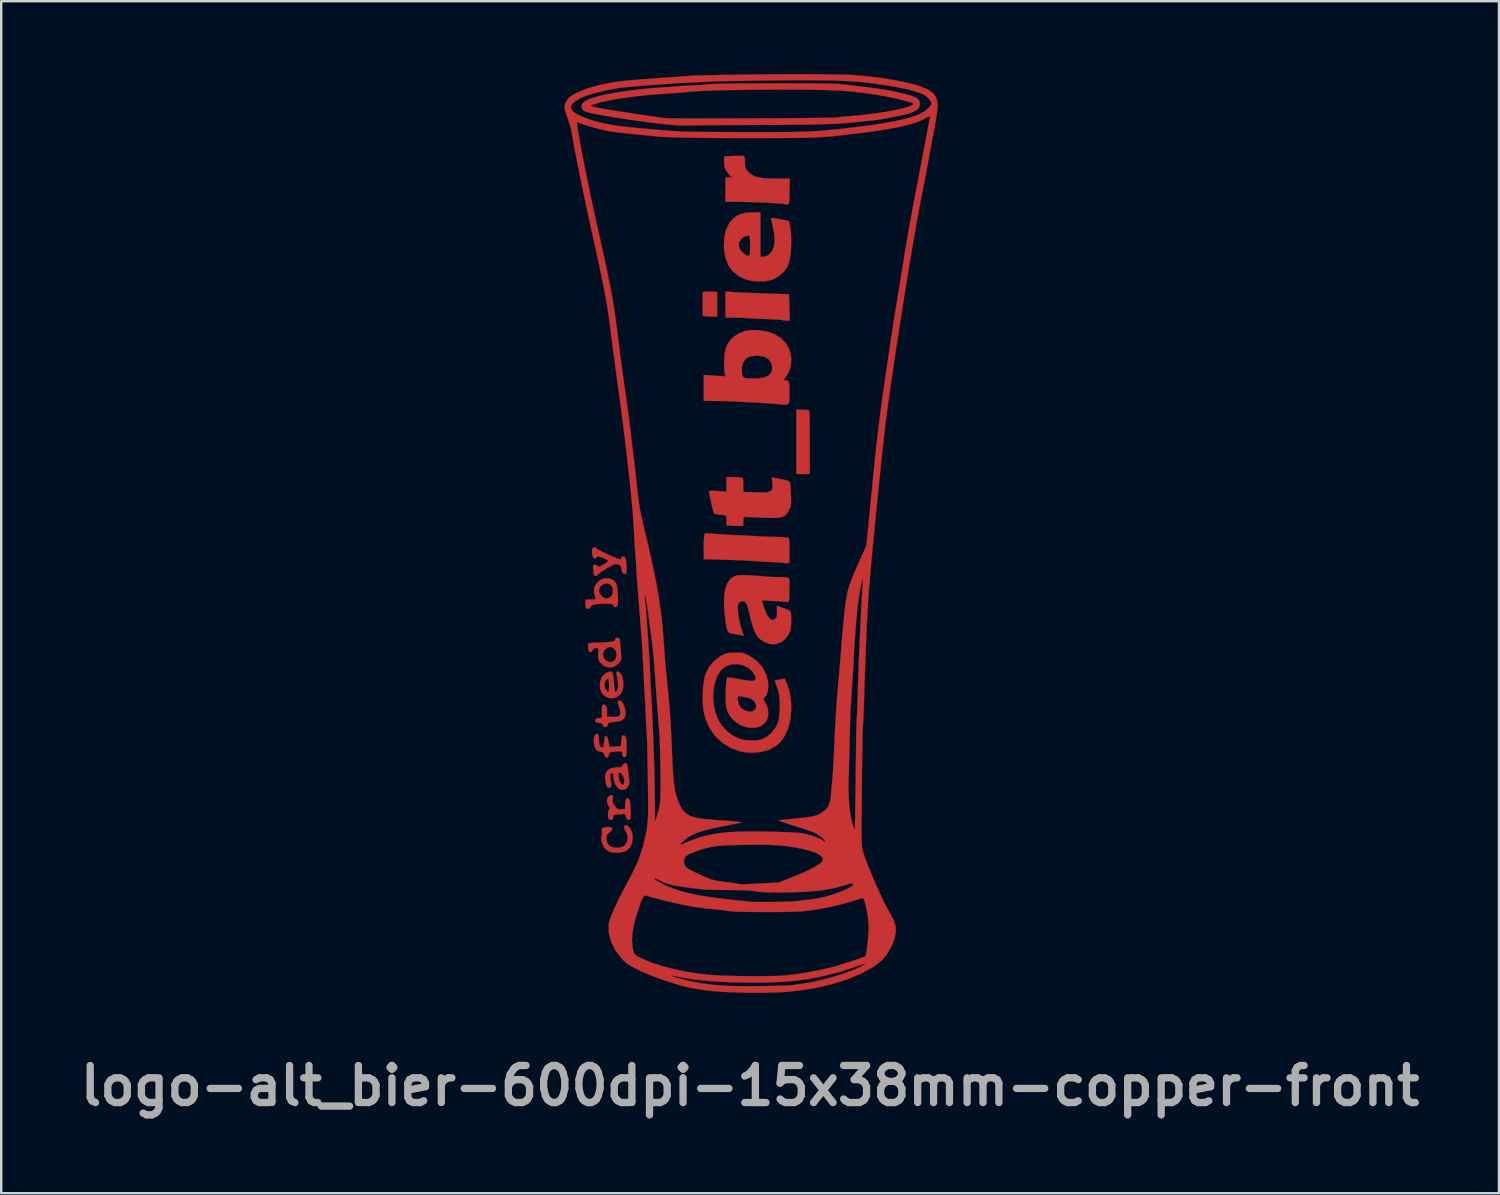
<source format=kicad_pcb>
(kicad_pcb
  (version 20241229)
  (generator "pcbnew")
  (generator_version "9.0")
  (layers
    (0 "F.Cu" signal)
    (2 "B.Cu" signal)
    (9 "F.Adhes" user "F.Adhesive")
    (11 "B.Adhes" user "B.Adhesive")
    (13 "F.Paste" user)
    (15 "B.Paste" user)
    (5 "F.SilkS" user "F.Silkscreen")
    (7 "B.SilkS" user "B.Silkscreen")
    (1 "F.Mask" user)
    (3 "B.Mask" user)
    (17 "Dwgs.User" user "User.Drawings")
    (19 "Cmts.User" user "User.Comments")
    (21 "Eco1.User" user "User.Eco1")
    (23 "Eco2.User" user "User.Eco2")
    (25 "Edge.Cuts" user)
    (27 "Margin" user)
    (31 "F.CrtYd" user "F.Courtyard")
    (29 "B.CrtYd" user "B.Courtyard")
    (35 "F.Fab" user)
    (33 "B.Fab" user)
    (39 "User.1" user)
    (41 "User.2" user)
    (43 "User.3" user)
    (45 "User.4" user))
  (footprint "logo-alt_bier-600dpi-15x38mm-copper-front"
    (layer "F.Cu")
    (at 27.802 18.859)
    (property "Reference" "logo-alt_bier-600dpi-15x38mm-copper-front" (at 0 22.75 0) (layer "F.Fab") (effects (font (size 1.524 1.524) (thickness 0.3))))
    (attr through_hole)
    (fp_poly (pts (xy 2.148 -5.055) (xy 2.286 -5.049) (xy 2.388 -5.043) (xy 2.424 -5.041) (xy 2.431 -4.999) (xy 2.439 -4.884) (xy 2.445 -4.703) (xy 2.45 -4.469) (xy 2.453 -4.191) (xy 2.455 -3.88) (xy 2.455 -3.725) (xy 2.455 -2.413) (xy 1.905 -2.413) (xy 1.905 -5.066) (xy 2.148 -5.055)) (stroke (width 0.01) (type solid)) (fill yes) (layer "F.Cu"))
    (fp_poly (pts (xy -1.651 -9.913) (xy -1.355 -9.899) (xy -1.355 -8.89) (xy -1.651 -8.89) (xy -1.824 -8.896) (xy -1.921 -8.914) (xy -1.949 -8.943) (xy -1.95 -9.028) (xy -1.951 -9.167) (xy -1.951 -9.338) (xy -1.952 -9.516) (xy -1.952 -9.679) (xy -1.951 -9.803) (xy -1.95 -9.864) (xy -1.933 -9.897) (xy -1.875 -9.914) (xy -1.76 -9.917) (xy -1.651 -9.913)) (stroke (width 0.01) (type solid)) (fill yes) (layer "F.Cu"))
    (fp_poly (pts (xy -0.624 -9.89) (xy -0.459 -9.881) (xy -0.23 -9.87) (xy 0.043 -9.859) (xy 0.34 -9.848) (xy 0.641 -9.838) (xy 0.677 -9.837) (xy 0.945 -9.829) (xy 1.182 -9.822) (xy 1.376 -9.815) (xy 1.515 -9.81) (xy 1.587 -9.807) (xy 1.593 -9.806) (xy 1.597 -9.764) (xy 1.602 -9.653) (xy 1.609 -9.491) (xy 1.616 -9.291) (xy 1.617 -9.26) (xy 1.634 -8.721) (xy 1.501 -8.721) (xy 1.403 -8.726) (xy 1.349 -8.74) (xy 1.349 -8.74) (xy 1.302 -8.749) (xy 1.186 -8.759) (xy 1.015 -8.77) (xy 0.806 -8.781) (xy 0.696 -8.786) (xy 0.454 -8.796) (xy 0.222 -8.807) (xy 0.024 -8.817) (xy -0.118 -8.825) (xy -0.148 -8.827) (xy -0.3 -8.835) (xy -0.494 -8.841) (xy -0.688 -8.845) (xy -1.016 -8.848) (xy -1.016 -9.918) (xy -0.624 -9.89)) (stroke (width 0.01) (type solid)) (fill yes) (layer "F.Cu"))
    (fp_poly (pts (xy -5.092 12.03) (xy -4.996 12.088) (xy -4.912 12.206) (xy -4.851 12.361) (xy -4.826 12.531) (xy -4.826 12.539) (xy -4.857 12.78) (xy -4.95 12.963) (xy -5.105 13.088) (xy -5.32 13.154) (xy -5.482 13.165) (xy -5.699 13.147) (xy -5.857 13.091) (xy -5.869 13.084) (xy -5.995 12.964) (xy -6.084 12.797) (xy -6.123 12.614) (xy -6.108 12.47) (xy -6.088 12.359) (xy -6.096 12.277) (xy -6.099 12.272) (xy -6.11 12.196) (xy -6.048 12.14) (xy -5.923 12.11) (xy -5.858 12.107) (xy -5.741 12.113) (xy -5.687 12.137) (xy -5.673 12.19) (xy -5.673 12.193) (xy -5.711 12.277) (xy -5.775 12.318) (xy -5.865 12.392) (xy -5.909 12.511) (xy -5.908 12.649) (xy -5.864 12.782) (xy -5.778 12.884) (xy -5.744 12.904) (xy -5.562 12.96) (xy -5.375 12.958) (xy -5.211 12.902) (xy -5.142 12.85) (xy -5.06 12.714) (xy -5.034 12.545) (xy -5.065 12.373) (xy -5.126 12.26) (xy -5.182 12.157) (xy -5.185 12.074) (xy -5.137 12.03) (xy -5.092 12.03)) (stroke (width 0.01) (type solid)) (fill yes) (layer "F.Cu"))
    (fp_poly (pts (xy -5.279 6.948) (xy -5.213 7.048) (xy -5.16 7.186) (xy -5.129 7.35) (xy -5.126 7.414) (xy -5.144 7.574) (xy -5.215 7.683) (xy -5.347 7.749) (xy -5.549 7.781) (xy -5.559 7.781) (xy -5.71 7.794) (xy -5.796 7.813) (xy -5.837 7.845) (xy -5.85 7.889) (xy -5.888 7.962) (xy -5.954 7.997) (xy -6.02 7.988) (xy -6.053 7.932) (xy -6.054 7.922) (xy -6.072 7.863) (xy -6.14 7.833) (xy -6.212 7.824) (xy -6.32 7.805) (xy -6.366 7.765) (xy -6.371 7.726) (xy -6.349 7.662) (xy -6.269 7.632) (xy -6.234 7.628) (xy -6.096 7.615) (xy -6.096 7.342) (xy -6.093 7.194) (xy -6.081 7.111) (xy -6.053 7.076) (xy -6.016 7.07) (xy -5.945 7.092) (xy -5.904 7.167) (xy -5.886 7.308) (xy -5.884 7.391) (xy -5.884 7.578) (xy -5.676 7.578) (xy -5.54 7.573) (xy -5.432 7.56) (xy -5.401 7.552) (xy -5.349 7.49) (xy -5.337 7.373) (xy -5.364 7.221) (xy -5.398 7.124) (xy -5.437 7.001) (xy -5.422 6.93) (xy -5.418 6.926) (xy -5.351 6.902) (xy -5.279 6.948)) (stroke (width 0.01) (type solid)) (fill yes) (layer "F.Cu"))
    (fp_poly (pts (xy -5.672 5.743) (xy -5.639 5.838) (xy -5.618 6.002) (xy -5.607 6.138) (xy -5.591 6.316) (xy -5.572 6.457) (xy -5.553 6.543) (xy -5.542 6.562) (xy -5.497 6.529) (xy -5.458 6.471) (xy -5.431 6.365) (xy -5.434 6.195) (xy -5.467 5.956) (xy -5.487 5.849) (xy -5.5 5.755) (xy -5.479 5.72) (xy -5.415 5.722) (xy -5.331 5.775) (xy -5.266 5.897) (xy -5.224 6.077) (xy -5.21 6.257) (xy -5.24 6.468) (xy -5.329 6.637) (xy -5.463 6.754) (xy -5.629 6.811) (xy -5.814 6.799) (xy -5.937 6.749) (xy -6.069 6.634) (xy -6.151 6.472) (xy -6.181 6.287) (xy -6.175 6.228) (xy -5.988 6.228) (xy -5.984 6.319) (xy -5.951 6.413) (xy -5.892 6.526) (xy -5.847 6.556) (xy -5.816 6.504) (xy -5.801 6.371) (xy -5.8 6.289) (xy -5.808 6.114) (xy -5.833 6.015) (xy -5.871 5.994) (xy -5.921 6.053) (xy -5.949 6.114) (xy -5.988 6.228) (xy -6.175 6.228) (xy -6.161 6.099) (xy -6.09 5.931) (xy -5.968 5.803) (xy -5.928 5.779) (xy -5.808 5.723) (xy -5.726 5.708) (xy -5.672 5.743)) (stroke (width 0.01) (type solid)) (fill yes) (layer "F.Cu"))
    (fp_poly (pts (xy -5.65 10.806) (xy -5.637 10.856) (xy -5.649 10.946) (xy -5.658 11.062) (xy -5.623 11.161) (xy -5.565 11.245) (xy -5.482 11.339) (xy -5.405 11.378) (xy -5.298 11.379) (xy -5.144 11.367) (xy -5.131 11.144) (xy -5.118 11.011) (xy -5.094 10.944) (xy -5.051 10.922) (xy -5.041 10.922) (xy -4.985 10.952) (xy -4.946 11.045) (xy -4.922 11.207) (xy -4.912 11.446) (xy -4.911 11.525) (xy -4.913 11.677) (xy -4.924 11.764) (xy -4.949 11.802) (xy -4.993 11.811) (xy -4.996 11.811) (xy -5.067 11.783) (xy -5.107 11.688) (xy -5.108 11.68) (xy -5.135 11.591) (xy -5.185 11.564) (xy -5.261 11.574) (xy -5.4 11.593) (xy -5.509 11.599) (xy -5.597 11.612) (xy -5.628 11.665) (xy -5.63 11.705) (xy -5.652 11.79) (xy -5.708 11.811) (xy -5.788 11.797) (xy -5.814 11.783) (xy -5.836 11.72) (xy -5.842 11.614) (xy -5.835 11.499) (xy -5.815 11.409) (xy -5.792 11.378) (xy -5.77 11.342) (xy -5.81 11.263) (xy -5.813 11.259) (xy -5.875 11.124) (xy -5.884 10.989) (xy -5.845 10.876) (xy -5.764 10.807) (xy -5.702 10.795) (xy -5.65 10.806)) (stroke (width 0.01) (type solid)) (fill yes) (layer "F.Cu"))
    (fp_poly (pts (xy -1.675 0.034) (xy -1.516 0.044) (xy -1.473 0.048) (xy -1.307 0.06) (xy -1.082 0.074) (xy -0.822 0.089) (xy -0.554 0.102) (xy -0.45 0.107) (xy -0.208 0.118) (xy 0.013 0.129) (xy 0.195 0.139) (xy 0.321 0.147) (xy 0.36 0.151) (xy 0.45 0.157) (xy 0.605 0.164) (xy 0.801 0.169) (xy 1.018 0.173) (xy 1.028 0.173) (xy 1.233 0.179) (xy 1.407 0.19) (xy 1.532 0.203) (xy 1.591 0.219) (xy 1.593 0.221) (xy 1.603 0.277) (xy 1.611 0.399) (xy 1.616 0.569) (xy 1.618 0.755) (xy 1.618 1.249) (xy 1.508 1.253) (xy 1.422 1.252) (xy 1.386 1.245) (xy 1.342 1.239) (xy 1.228 1.23) (xy 1.062 1.22) (xy 0.857 1.209) (xy 0.782 1.205) (xy 0.558 1.194) (xy 0.357 1.182) (xy 0.198 1.172) (xy 0.1 1.163) (xy 0.087 1.162) (xy 0.015 1.156) (xy -0.128 1.148) (xy -0.327 1.139) (xy -0.57 1.13) (xy -0.842 1.12) (xy -0.961 1.116) (xy -1.905 1.087) (xy -1.905 0.568) (xy -1.901 0.321) (xy -1.89 0.147) (xy -1.872 0.052) (xy -1.859 0.034) (xy -1.797 0.03) (xy -1.675 0.034)) (stroke (width 0.01) (type solid)) (fill yes) (layer "F.Cu"))
    (fp_poly (pts (xy -0.302 -15.498) (xy -0.286 -15.497) (xy -0.244 -15.482) (xy -0.221 -15.43) (xy -0.213 -15.321) (xy -0.212 -15.235) (xy -0.208 -15.086) (xy -0.187 -14.988) (xy -0.137 -14.906) (xy -0.053 -14.817) (xy 0.056 -14.726) (xy 0.183 -14.658) (xy 0.342 -14.611) (xy 0.546 -14.581) (xy 0.81 -14.566) (xy 1.092 -14.563) (xy 1.63 -14.563) (xy 1.622 -14.129) (xy 1.618 -13.935) (xy 1.615 -13.766) (xy 1.612 -13.643) (xy 1.611 -13.6) (xy 1.586 -13.524) (xy 1.51 -13.504) (xy 1.426 -13.511) (xy 1.393 -13.522) (xy 1.346 -13.53) (xy 1.228 -13.54) (xy 1.053 -13.552) (xy 0.835 -13.563) (xy 0.589 -13.575) (xy 0.328 -13.586) (xy 0.066 -13.596) (xy -0.183 -13.603) (xy -0.405 -13.608) (xy -0.582 -13.61) (xy -1.016 -13.61) (xy -1.016 -14.605) (xy -0.746 -14.605) (xy -0.855 -14.721) (xy -0.943 -14.829) (xy -1.012 -14.932) (xy -1.015 -14.939) (xy -1.041 -15.025) (xy -1.061 -15.151) (xy -1.071 -15.287) (xy -1.07 -15.403) (xy -1.056 -15.468) (xy -1.054 -15.47) (xy -1.008 -15.478) (xy -0.9 -15.486) (xy -0.752 -15.492) (xy -0.588 -15.497) (xy -0.43 -15.499) (xy -0.302 -15.498)) (stroke (width 0.01) (type solid)) (fill yes) (layer "F.Cu"))
    (fp_poly (pts (xy -5.084 9.494) (xy -5.054 9.541) (xy -5.033 9.642) (xy -5.022 9.747) (xy -5.003 9.922) (xy -4.983 10.092) (xy -4.971 10.182) (xy -4.977 10.346) (xy -5.038 10.474) (xy -5.137 10.556) (xy -5.258 10.583) (xy -5.384 10.542) (xy -5.455 10.484) (xy -5.552 10.333) (xy -5.614 10.138) (xy -5.63 9.982) (xy -5.637 9.932) (xy -5.416 9.932) (xy -5.409 10.049) (xy -5.408 10.054) (xy -5.377 10.199) (xy -5.328 10.304) (xy -5.271 10.361) (xy -5.219 10.361) (xy -5.18 10.292) (xy -5.173 10.256) (xy -5.18 10.149) (xy -5.219 10.029) (xy -5.277 9.925) (xy -5.34 9.868) (xy -5.359 9.864) (xy -5.401 9.877) (xy -5.416 9.932) (xy -5.637 9.932) (xy -5.642 9.901) (xy -5.684 9.888) (xy -5.699 9.893) (xy -5.74 9.927) (xy -5.752 9.999) (xy -5.741 10.114) (xy -5.723 10.251) (xy -5.708 10.365) (xy -5.705 10.393) (xy -5.724 10.466) (xy -5.786 10.491) (xy -5.852 10.484) (xy -5.896 10.426) (xy -5.924 10.343) (xy -5.967 10.098) (xy -5.946 9.908) (xy -5.86 9.772) (xy -5.707 9.687) (xy -5.487 9.653) (xy -5.438 9.652) (xy -5.318 9.644) (xy -5.258 9.611) (xy -5.237 9.567) (xy -5.183 9.497) (xy -5.131 9.483) (xy -5.084 9.494)) (stroke (width 0.01) (type solid)) (fill yes) (layer "F.Cu"))
    (fp_poly (pts (xy -6.262 8.29) (xy -6.23 8.385) (xy -6.223 8.493) (xy -6.207 8.671) (xy -6.161 8.793) (xy -6.091 8.846) (xy -6.075 8.848) (xy -6.037 8.819) (xy -6.013 8.727) (xy -6.003 8.604) (xy -5.989 8.458) (xy -5.964 8.381) (xy -5.927 8.361) (xy -5.879 8.397) (xy -5.84 8.509) (xy -5.825 8.585) (xy -5.787 8.809) (xy -5.55 8.797) (xy -5.313 8.784) (xy -5.3 8.562) (xy -5.287 8.429) (xy -5.263 8.362) (xy -5.22 8.34) (xy -5.209 8.34) (xy -5.154 8.351) (xy -5.117 8.396) (xy -5.094 8.485) (xy -5.083 8.633) (xy -5.08 8.851) (xy -5.081 9.031) (xy -5.088 9.143) (xy -5.104 9.202) (xy -5.132 9.225) (xy -5.165 9.229) (xy -5.232 9.203) (xy -5.249 9.125) (xy -5.257 9.047) (xy -5.292 9.005) (xy -5.373 8.991) (xy -5.515 9) (xy -5.557 9.004) (xy -5.693 9.021) (xy -5.767 9.046) (xy -5.799 9.089) (xy -5.808 9.139) (xy -5.843 9.237) (xy -5.903 9.264) (xy -5.962 9.219) (xy -5.99 9.146) (xy -6.025 9.053) (xy -6.091 9.019) (xy -6.135 9.017) (xy -6.252 8.987) (xy -6.329 8.932) (xy -6.386 8.825) (xy -6.419 8.675) (xy -6.428 8.514) (xy -6.408 8.378) (xy -6.381 8.323) (xy -6.314 8.267) (xy -6.262 8.29)) (stroke (width 0.01) (type solid)) (fill yes) (layer "F.Cu"))
    (fp_poly (pts (xy -5.783 1.882) (xy -5.626 1.955) (xy -5.518 2.069) (xy -5.486 2.158) (xy -5.459 2.303) (xy -5.441 2.48) (xy -5.432 2.665) (xy -5.433 2.835) (xy -5.445 2.967) (xy -5.468 3.035) (xy -5.535 3.066) (xy -5.603 3.04) (xy -5.63 2.98) (xy -5.654 2.946) (xy -5.733 2.927) (xy -5.881 2.921) (xy -5.9 2.921) (xy -6.183 2.928) (xy -6.385 2.95) (xy -6.51 2.988) (xy -6.56 3.042) (xy -6.562 3.054) (xy -6.595 3.114) (xy -6.669 3.135) (xy -6.743 3.107) (xy -6.745 3.104) (xy -6.763 3.047) (xy -6.773 2.942) (xy -6.773 2.914) (xy -6.773 2.752) (xy -6.557 2.752) (xy -6.43 2.749) (xy -6.37 2.735) (xy -6.358 2.699) (xy -6.367 2.656) (xy -6.41 2.483) (xy -6.418 2.392) (xy -6.223 2.392) (xy -6.186 2.513) (xy -6.095 2.624) (xy -5.977 2.696) (xy -5.907 2.709) (xy -5.796 2.68) (xy -5.715 2.625) (xy -5.649 2.505) (xy -5.639 2.357) (xy -5.682 2.214) (xy -5.773 2.108) (xy -5.774 2.107) (xy -5.888 2.076) (xy -6.013 2.107) (xy -6.126 2.186) (xy -6.203 2.296) (xy -6.223 2.392) (xy -6.418 2.392) (xy -6.42 2.358) (xy -6.4 2.248) (xy -6.377 2.189) (xy -6.272 2.028) (xy -6.125 1.922) (xy -5.956 1.872) (xy -5.783 1.882)) (stroke (width 0.01) (type solid)) (fill yes) (layer "F.Cu"))
    (fp_poly (pts (xy -5.392 4.346) (xy -5.361 4.399) (xy -5.345 4.508) (xy -5.342 4.551) (xy -5.33 4.722) (xy -5.314 4.917) (xy -5.306 5.006) (xy -5.297 5.147) (xy -5.308 5.238) (xy -5.351 5.312) (xy -5.432 5.398) (xy -5.598 5.514) (xy -5.78 5.547) (xy -5.969 5.498) (xy -6.038 5.459) (xy -6.18 5.323) (xy -6.25 5.141) (xy -6.25 5.006) (xy -6.054 5.006) (xy -6.021 5.15) (xy -5.937 5.258) (xy -5.823 5.319) (xy -5.697 5.325) (xy -5.581 5.264) (xy -5.565 5.247) (xy -5.5 5.125) (xy -5.493 4.985) (xy -5.534 4.852) (xy -5.617 4.749) (xy -5.732 4.7) (xy -5.756 4.699) (xy -5.878 4.736) (xy -5.983 4.83) (xy -6.046 4.951) (xy -6.054 5.006) (xy -6.25 5.006) (xy -6.251 4.931) (xy -6.238 4.815) (xy -6.249 4.759) (xy -6.293 4.742) (xy -6.334 4.741) (xy -6.432 4.77) (xy -6.465 4.826) (xy -6.514 4.895) (xy -6.562 4.911) (xy -6.618 4.884) (xy -6.651 4.794) (xy -6.657 4.752) (xy -6.666 4.641) (xy -6.662 4.568) (xy -6.659 4.561) (xy -6.61 4.544) (xy -6.504 4.532) (xy -6.417 4.53) (xy -6.258 4.526) (xy -6.058 4.516) (xy -5.87 4.502) (xy -5.704 4.486) (xy -5.606 4.467) (xy -5.559 4.44) (xy -5.546 4.4) (xy -5.546 4.394) (xy -5.523 4.332) (xy -5.45 4.326) (xy -5.392 4.346)) (stroke (width 0.01) (type solid)) (fill yes) (layer "F.Cu"))
    (fp_poly (pts (xy -6.362 0.607) (xy -6.32 0.65) (xy -6.272 0.686) (xy -6.164 0.745) (xy -6.016 0.819) (xy -5.846 0.898) (xy -5.675 0.975) (xy -5.519 1.04) (xy -5.4 1.085) (xy -5.336 1.101) (xy -5.297 1.066) (xy -5.292 1.037) (xy -5.257 0.985) (xy -5.212 0.974) (xy -5.15 1.005) (xy -5.108 1.102) (xy -5.086 1.272) (xy -5.08 1.469) (xy -5.083 1.601) (xy -5.097 1.668) (xy -5.131 1.689) (xy -5.175 1.686) (xy -5.243 1.658) (xy -5.275 1.584) (xy -5.283 1.518) (xy -5.307 1.403) (xy -5.369 1.337) (xy -5.42 1.312) (xy -5.484 1.291) (xy -5.547 1.292) (xy -5.627 1.319) (xy -5.745 1.38) (xy -5.887 1.462) (xy -6.039 1.556) (xy -6.162 1.64) (xy -6.238 1.702) (xy -6.252 1.721) (xy -6.308 1.77) (xy -6.349 1.778) (xy -6.4 1.755) (xy -6.433 1.676) (xy -6.45 1.583) (xy -6.461 1.459) (xy -6.459 1.37) (xy -6.453 1.35) (xy -6.391 1.314) (xy -6.316 1.332) (xy -6.281 1.375) (xy -6.254 1.405) (xy -6.199 1.397) (xy -6.097 1.347) (xy -6.06 1.326) (xy -5.918 1.243) (xy -5.846 1.187) (xy -5.841 1.146) (xy -5.899 1.105) (xy -5.991 1.062) (xy -6.16 0.996) (xy -6.264 0.976) (xy -6.306 1.003) (xy -6.308 1.016) (xy -6.343 1.051) (xy -6.387 1.058) (xy -6.445 1.034) (xy -6.481 0.951) (xy -6.493 0.892) (xy -6.504 0.768) (xy -6.497 0.672) (xy -6.494 0.66) (xy -6.437 0.6) (xy -6.362 0.607)) (stroke (width 0.01) (type solid)) (fill yes) (layer "F.Cu"))
    (fp_poly (pts (xy -0.448 -2.281) (xy -0.337 -2.266) (xy -0.293 -2.239) (xy -0.292 -2.233) (xy -0.289 -2.164) (xy -0.284 -2.041) (xy -0.281 -1.926) (xy -0.275 -1.672) (xy 0.247 -1.659) (xy 0.472 -1.654) (xy 0.627 -1.656) (xy 0.731 -1.666) (xy 0.799 -1.685) (xy 0.847 -1.715) (xy 0.856 -1.722) (xy 0.905 -1.78) (xy 0.925 -1.856) (xy 0.922 -1.977) (xy 0.916 -2.034) (xy 0.892 -2.269) (xy 1.249 -2.207) (xy 1.456 -2.164) (xy 1.583 -2.12) (xy 1.632 -2.078) (xy 1.645 -2.009) (xy 1.66 -1.877) (xy 1.672 -1.703) (xy 1.68 -1.566) (xy 1.687 -1.361) (xy 1.686 -1.217) (xy 1.673 -1.112) (xy 1.645 -1.024) (xy 1.601 -0.931) (xy 1.53 -0.809) (xy 1.452 -0.72) (xy 1.354 -0.659) (xy 1.222 -0.623) (xy 1.043 -0.607) (xy 0.803 -0.607) (xy 0.572 -0.615) (xy 0.34 -0.625) (xy 0.131 -0.635) (xy -0.037 -0.643) (xy -0.146 -0.648) (xy -0.169 -0.649) (xy -0.235 -0.646) (xy -0.267 -0.61) (xy -0.278 -0.519) (xy -0.279 -0.466) (xy -0.284 -0.275) (xy -0.449 -0.275) (xy -0.606 -0.278) (xy -0.773 -0.287) (xy -0.794 -0.288) (xy -0.974 -0.301) (xy -0.974 -0.51) (xy -0.979 -0.639) (xy -1 -0.702) (xy -1.044 -0.721) (xy -1.048 -0.721) (xy -1.171 -0.73) (xy -1.305 -0.749) (xy -1.419 -0.772) (xy -1.482 -0.795) (xy -1.485 -0.798) (xy -1.502 -0.846) (xy -1.532 -0.956) (xy -1.568 -1.106) (xy -1.608 -1.274) (xy -1.644 -1.44) (xy -1.674 -1.583) (xy -1.691 -1.679) (xy -1.694 -1.705) (xy -1.655 -1.717) (xy -1.551 -1.721) (xy -1.401 -1.716) (xy -1.333 -1.711) (xy -0.974 -1.685) (xy -0.974 -2.286) (xy -0.635 -2.286) (xy -0.448 -2.281)) (stroke (width 0.01) (type solid)) (fill yes) (layer "F.Cu"))
    (fp_poly (pts (xy 0.286 -13.171) (xy 0.423 -13.166) (xy 0.423 -11.345) (xy 0.545 -11.345) (xy 0.667 -11.372) (xy 0.772 -11.429) (xy 0.909 -11.585) (xy 0.989 -11.795) (xy 1.012 -12.062) (xy 0.978 -12.387) (xy 0.934 -12.594) (xy 0.898 -12.751) (xy 0.873 -12.872) (xy 0.863 -12.937) (xy 0.863 -12.943) (xy 0.907 -12.941) (xy 1.01 -12.926) (xy 1.149 -12.904) (xy 1.3 -12.877) (xy 1.44 -12.851) (xy 1.546 -12.828) (xy 1.593 -12.814) (xy 1.594 -12.814) (xy 1.618 -12.751) (xy 1.642 -12.622) (xy 1.663 -12.447) (xy 1.68 -12.244) (xy 1.69 -12.031) (xy 1.69 -12.006) (xy 1.682 -11.64) (xy 1.643 -11.316) (xy 1.576 -11.048) (xy 1.522 -10.918) (xy 1.391 -10.734) (xy 1.204 -10.566) (xy 0.991 -10.437) (xy 0.873 -10.392) (xy 0.625 -10.345) (xy 0.343 -10.333) (xy 0.066 -10.356) (xy -0.157 -10.408) (xy -0.466 -10.551) (xy -0.71 -10.743) (xy -0.891 -10.988) (xy -1.011 -11.29) (xy -1.071 -11.651) (xy -1.077 -11.748) (xy -1.076 -11.787) (xy -0.466 -11.787) (xy -0.399 -11.625) (xy -0.322 -11.532) (xy -0.218 -11.446) (xy -0.122 -11.394) (xy -0.089 -11.388) (xy -0.049 -11.393) (xy -0.023 -11.417) (xy -0.008 -11.478) (xy -0.002 -11.589) (xy -0.000031 -11.765) (xy 0 -11.816) (xy -0.002 -12.01) (xy -0.008 -12.133) (xy -0.02 -12.199) (xy -0.042 -12.222) (xy -0.067 -12.218) (xy -0.164 -12.194) (xy -0.196 -12.192) (xy -0.266 -12.164) (xy -0.354 -12.096) (xy -0.362 -12.088) (xy -0.453 -11.945) (xy -0.466 -11.787) (xy -1.076 -11.787) (xy -1.064 -12.135) (xy -0.988 -12.465) (xy -0.849 -12.74) (xy -0.713 -12.899) (xy -0.559 -13.023) (xy -0.39 -13.106) (xy -0.188 -13.155) (xy 0.065 -13.173) (xy 0.286 -13.171)) (stroke (width 0.01) (type solid)) (fill yes) (layer "F.Cu"))
    (fp_poly (pts (xy 0.314 -8.329) (xy 0.686 -8.276) (xy 1.007 -8.164) (xy 1.273 -7.998) (xy 1.478 -7.784) (xy 1.618 -7.525) (xy 1.687 -7.226) (xy 1.693 -7.09) (xy 1.668 -6.82) (xy 1.584 -6.591) (xy 1.474 -6.424) (xy 1.405 -6.323) (xy 1.398 -6.27) (xy 1.457 -6.257) (xy 1.51 -6.261) (xy 1.556 -6.253) (xy 1.587 -6.208) (xy 1.606 -6.114) (xy 1.616 -5.958) (xy 1.617 -5.731) (xy 1.617 -5.721) (xy 1.617 -5.522) (xy 1.609 -5.387) (xy 1.581 -5.307) (xy 1.518 -5.269) (xy 1.407 -5.262) (xy 1.234 -5.277) (xy 1.079 -5.293) (xy 0.912 -5.307) (xy 0.686 -5.323) (xy 0.427 -5.339) (xy 0.163 -5.353) (xy 0.085 -5.357) (xy -0.146 -5.368) (xy -0.35 -5.379) (xy -0.511 -5.389) (xy -0.611 -5.397) (xy -0.635 -5.4) (xy -0.699 -5.404) (xy -0.83 -5.409) (xy -1.011 -5.412) (xy -1.226 -5.415) (xy -1.302 -5.415) (xy -1.905 -5.419) (xy -1.905 -6.487) (xy -1.456 -6.457) (xy -1.008 -6.426) (xy -1.037 -6.52) (xy -1.051 -6.603) (xy -1.059 -6.723) (xy -0.338 -6.723) (xy -0.333 -6.546) (xy -0.309 -6.436) (xy -0.253 -6.377) (xy -0.15 -6.35) (xy -0.027 -6.341) (xy 0.304 -6.341) (xy 0.56 -6.377) (xy 0.74 -6.449) (xy 0.801 -6.496) (xy 0.878 -6.601) (xy 0.908 -6.73) (xy 0.91 -6.791) (xy 0.874 -6.981) (xy 0.767 -7.128) (xy 0.596 -7.228) (xy 0.364 -7.277) (xy 0.253 -7.281) (xy 0.015 -7.251) (xy -0.163 -7.162) (xy -0.28 -7.015) (xy -0.334 -6.811) (xy -0.338 -6.723) (xy -1.059 -6.723) (xy -1.061 -6.746) (xy -1.067 -6.925) (xy -1.068 -7.024) (xy -1.051 -7.339) (xy -0.998 -7.592) (xy -0.9 -7.801) (xy -0.752 -7.984) (xy -0.686 -8.046) (xy -0.464 -8.2) (xy -0.213 -8.294) (xy 0.084 -8.333) (xy 0.314 -8.329)) (stroke (width 0.01) (type solid)) (fill yes) (layer "F.Cu"))
    (fp_poly (pts (xy -0.122 1.75) (xy 0.039 1.758) (xy 0.243 1.77) (xy 0.415 1.783) (xy 0.538 1.793) (xy 0.595 1.802) (xy 0.596 1.802) (xy 0.646 1.809) (xy 0.762 1.815) (xy 0.928 1.822) (xy 1.115 1.827) (xy 1.33 1.833) (xy 1.475 1.842) (xy 1.561 1.857) (xy 1.602 1.878) (xy 1.611 1.903) (xy 1.612 1.971) (xy 1.613 2.103) (xy 1.613 2.277) (xy 1.613 2.413) (xy 1.611 2.612) (xy 1.605 2.741) (xy 1.593 2.814) (xy 1.571 2.845) (xy 1.538 2.85) (xy 1.538 2.85) (xy 1.467 2.845) (xy 1.332 2.836) (xy 1.153 2.824) (xy 0.97 2.813) (xy 0.477 2.784) (xy 0.579 3.096) (xy 0.642 3.262) (xy 0.713 3.409) (xy 0.778 3.505) (xy 0.783 3.511) (xy 0.863 3.578) (xy 0.931 3.587) (xy 0.993 3.565) (xy 1.058 3.524) (xy 1.094 3.462) (xy 1.108 3.358) (xy 1.106 3.192) (xy 1.104 3.167) (xy 1.097 3.01) (xy 1.363 3.099) (xy 1.504 3.151) (xy 1.612 3.201) (xy 1.661 3.235) (xy 1.68 3.308) (xy 1.69 3.44) (xy 1.691 3.605) (xy 1.684 3.778) (xy 1.668 3.933) (xy 1.649 4.031) (xy 1.562 4.223) (xy 1.422 4.395) (xy 1.269 4.509) (xy 1.04 4.586) (xy 0.81 4.579) (xy 0.603 4.506) (xy 0.453 4.414) (xy 0.329 4.297) (xy 0.226 4.142) (xy 0.136 3.937) (xy 0.054 3.67) (xy -0.02 3.365) (xy -0.06 3.199) (xy -0.101 3.05) (xy -0.132 2.954) (xy -0.208 2.845) (xy -0.308 2.809) (xy -0.417 2.852) (xy -0.431 2.864) (xy -0.476 2.914) (xy -0.499 2.977) (xy -0.505 3.076) (xy -0.498 3.234) (xy -0.496 3.26) (xy -0.47 3.466) (xy -0.423 3.7) (xy -0.367 3.909) (xy -0.261 4.241) (xy -0.353 4.218) (xy -0.447 4.2) (xy -0.586 4.178) (xy -0.67 4.166) (xy -0.778 4.149) (xy -0.855 4.122) (xy -0.91 4.071) (xy -0.949 3.982) (xy -0.98 3.842) (xy -1.011 3.638) (xy -1.026 3.526) (xy -1.07 3.07) (xy -1.07 2.678) (xy -1.027 2.353) (xy -0.942 2.095) (xy -0.816 1.908) (xy -0.648 1.793) (xy -0.563 1.765) (xy -0.459 1.75) (xy -0.318 1.745) (xy -0.122 1.75)) (stroke (width 0.01) (type solid)) (fill yes) (layer "F.Cu"))
    (fp_poly (pts (xy -0.432 4.937) (xy -0.3 4.952) (xy -0.183 4.989) (xy -0.046 5.056) (xy -0.007 5.077) (xy 0.28 5.278) (xy 0.505 5.534) (xy 0.661 5.835) (xy 0.742 6.161) (xy 0.749 6.351) (xy 0.724 6.534) (xy 0.673 6.684) (xy 0.602 6.777) (xy 0.597 6.781) (xy 0.551 6.816) (xy 0.548 6.859) (xy 0.591 6.934) (xy 0.617 6.973) (xy 0.711 7.173) (xy 0.75 7.397) (xy 0.729 7.611) (xy 0.721 7.638) (xy 0.622 7.815) (xy 0.47 7.94) (xy 0.278 8.013) (xy 0.059 8.032) (xy -0.173 7.997) (xy -0.404 7.907) (xy -0.621 7.762) (xy -0.683 7.707) (xy -0.817 7.555) (xy -0.913 7.391) (xy -0.974 7.199) (xy -1.005 6.963) (xy -1.007 6.855) (xy -0.508 6.855) (xy -0.487 6.991) (xy -0.442 7.117) (xy -0.346 7.233) (xy -0.21 7.316) (xy -0.058 7.358) (xy 0.085 7.354) (xy 0.187 7.299) (xy 0.249 7.186) (xy 0.241 7.057) (xy 0.169 6.933) (xy 0.048 6.84) (xy -0.066 6.797) (xy -0.218 6.761) (xy -0.29 6.749) (xy -0.508 6.72) (xy -0.508 6.855) (xy -1.007 6.855) (xy -1.01 6.668) (xy -1.004 6.505) (xy -0.992 6.306) (xy -0.977 6.137) (xy -0.96 6.017) (xy -0.945 5.965) (xy -0.889 5.958) (xy -0.77 5.967) (xy -0.604 5.992) (xy -0.486 6.015) (xy -0.211 6.067) (xy -0.01 6.094) (xy 0.125 6.095) (xy 0.203 6.069) (xy 0.232 6.014) (xy 0.219 5.928) (xy 0.205 5.888) (xy 0.091 5.7) (xy -0.081 5.553) (xy -0.294 5.454) (xy -0.529 5.407) (xy -0.769 5.419) (xy -0.994 5.495) (xy -1.015 5.507) (xy -1.191 5.652) (xy -1.332 5.86) (xy -1.434 6.12) (xy -1.497 6.416) (xy -1.518 6.736) (xy -1.496 7.066) (xy -1.428 7.392) (xy -1.328 7.666) (xy -1.182 7.911) (xy -0.977 8.14) (xy -0.739 8.331) (xy -0.49 8.462) (xy -0.487 8.463) (xy -0.242 8.526) (xy 0.035 8.551) (xy 0.305 8.537) (xy 0.472 8.502) (xy 0.674 8.404) (xy 0.868 8.244) (xy 1.032 8.041) (xy 1.088 7.943) (xy 1.141 7.827) (xy 1.177 7.71) (xy 1.199 7.569) (xy 1.214 7.378) (xy 1.219 7.272) (xy 1.222 6.952) (xy 1.199 6.688) (xy 1.147 6.455) (xy 1.072 6.254) (xy 1.033 6.152) (xy 1.018 6.088) (xy 1.02 6.08) (xy 1.069 6.065) (xy 1.172 6.046) (xy 1.232 6.036) (xy 1.427 6.008) (xy 1.513 6.211) (xy 1.625 6.56) (xy 1.684 6.945) (xy 1.691 7.341) (xy 1.646 7.728) (xy 1.551 8.083) (xy 1.462 8.288) (xy 1.356 8.471) (xy 1.246 8.609) (xy 1.103 8.737) (xy 1.049 8.779) (xy 0.809 8.914) (xy 0.517 9.006) (xy 0.195 9.051) (xy -0.133 9.044) (xy -0.412 8.994) (xy -0.806 8.847) (xy -1.151 8.633) (xy -1.441 8.359) (xy -1.67 8.03) (xy -1.835 7.653) (xy -1.915 7.319) (xy -1.944 7.055) (xy -1.951 6.758) (xy -1.939 6.452) (xy -1.909 6.164) (xy -1.862 5.918) (xy -1.824 5.793) (xy -1.683 5.524) (xy -1.483 5.282) (xy -1.247 5.093) (xy -1.169 5.049) (xy -1.035 4.987) (xy -0.904 4.952) (xy -0.745 4.937) (xy -0.614 4.934) (xy -0.432 4.937)) (stroke (width 0.01) (type solid)) (fill yes) (layer "F.Cu"))
    (fp_poly (pts (xy 1.75 -18.48) (xy 2.147 -18.479) (xy 2.518 -18.477) (xy 2.854 -18.474) (xy 3.146 -18.47) (xy 3.384 -18.466) (xy 3.559 -18.46) (xy 3.662 -18.454) (xy 4.25 -18.389) (xy 4.758 -18.328) (xy 5.188 -18.271) (xy 5.544 -18.218) (xy 5.83 -18.167) (xy 5.969 -18.138) (xy 6.289 -18.063) (xy 6.536 -17.998) (xy 6.718 -17.938) (xy 6.845 -17.879) (xy 6.925 -17.816) (xy 6.968 -17.745) (xy 6.984 -17.661) (xy 6.985 -17.632) (xy 6.969 -17.526) (xy 6.914 -17.436) (xy 6.814 -17.358) (xy 6.659 -17.287) (xy 6.441 -17.219) (xy 6.152 -17.15) (xy 5.94 -17.107) (xy 5.696 -17.06) (xy 5.458 -17.018) (xy 5.249 -16.984) (xy 5.093 -16.962) (xy 5.059 -16.958) (xy 4.897 -16.942) (xy 4.689 -16.921) (xy 4.471 -16.897) (xy 4.403 -16.89) (xy 4.177 -16.867) (xy 3.945 -16.847) (xy 3.697 -16.83) (xy 3.427 -16.816) (xy 3.126 -16.804) (xy 2.788 -16.794) (xy 2.404 -16.786) (xy 1.968 -16.78) (xy 1.47 -16.775) (xy 0.905 -16.771) (xy 0.264 -16.769) (xy 0.152 -16.769) (xy -0.317 -16.767) (xy -0.763 -16.766) (xy -1.178 -16.764) (xy -1.554 -16.761) (xy -1.884 -16.759) (xy -2.161 -16.756) (xy -2.376 -16.753) (xy -2.524 -16.75) (xy -2.595 -16.748) (xy -2.6 -16.747) (xy -2.677 -16.744) (xy -2.817 -16.748) (xy -2.998 -16.757) (xy -3.154 -16.767) (xy -3.423 -16.792) (xy -3.742 -16.826) (xy -4.097 -16.87) (xy -4.474 -16.919) (xy -4.862 -16.974) (xy -5.246 -17.031) (xy -5.614 -17.089) (xy -5.953 -17.146) (xy -6.248 -17.199) (xy -6.488 -17.247) (xy -6.659 -17.288) (xy -6.678 -17.294) (xy -6.815 -17.343) (xy -6.891 -17.395) (xy -6.926 -17.467) (xy -6.927 -17.471) (xy -6.931 -17.55) (xy -6.547 -17.55) (xy -6.494 -17.525) (xy -6.418 -17.506) (xy -6.269 -17.476) (xy -6.061 -17.439) (xy -5.806 -17.395) (xy -5.515 -17.348) (xy -5.2 -17.298) (xy -4.874 -17.247) (xy -4.548 -17.198) (xy -4.235 -17.153) (xy -3.947 -17.112) (xy -3.696 -17.078) (xy -3.493 -17.054) (xy -3.408 -17.045) (xy -3.331 -17.042) (xy -3.179 -17.039) (xy -2.96 -17.038) (xy -2.681 -17.036) (xy -2.351 -17.036) (xy -1.977 -17.035) (xy -1.567 -17.036) (xy -1.129 -17.036) (xy -0.67 -17.038) (xy -0.2 -17.039) (xy 0.275 -17.041) (xy 0.746 -17.043) (xy 1.206 -17.046) (xy 1.646 -17.049) (xy 2.059 -17.052) (xy 2.437 -17.055) (xy 2.772 -17.058) (xy 3.057 -17.062) (xy 3.282 -17.065) (xy 3.441 -17.069) (xy 3.525 -17.073) (xy 3.535 -17.074) (xy 3.638 -17.088) (xy 3.795 -17.105) (xy 3.974 -17.12) (xy 4 -17.122) (xy 4.403 -17.157) (xy 4.798 -17.2) (xy 5.177 -17.249) (xy 5.532 -17.302) (xy 5.855 -17.359) (xy 6.139 -17.417) (xy 6.374 -17.474) (xy 6.554 -17.53) (xy 6.67 -17.583) (xy 6.714 -17.631) (xy 6.704 -17.655) (xy 6.644 -17.683) (xy 6.516 -17.724) (xy 6.337 -17.773) (xy 6.123 -17.827) (xy 5.889 -17.881) (xy 5.652 -17.931) (xy 5.427 -17.975) (xy 5.23 -18.008) (xy 5.228 -18.009) (xy 4.888 -18.058) (xy 4.575 -18.098) (xy 4.279 -18.132) (xy 3.986 -18.159) (xy 3.684 -18.181) (xy 3.363 -18.197) (xy 3.01 -18.209) (xy 2.613 -18.216) (xy 2.16 -18.221) (xy 1.639 -18.223) (xy 1.397 -18.223) (xy 0.792 -18.222) (xy 0.214 -18.219) (xy -0.33 -18.213) (xy -0.833 -18.205) (xy -1.287 -18.194) (xy -1.684 -18.182) (xy -2.018 -18.168) (xy -2.28 -18.152) (xy -2.434 -18.139) (xy -2.559 -18.126) (xy -2.717 -18.112) (xy -2.918 -18.096) (xy -3.174 -18.077) (xy -3.495 -18.055) (xy -3.81 -18.033) (xy -4.212 -18) (xy -4.624 -17.957) (xy -5.031 -17.904) (xy -5.419 -17.845) (xy -5.774 -17.782) (xy -6.082 -17.717) (xy -6.33 -17.652) (xy -6.457 -17.609) (xy -6.538 -17.573) (xy -6.547 -17.55) (xy -6.931 -17.55) (xy -6.933 -17.578) (xy -6.887 -17.671) (xy -6.782 -17.756) (xy -6.612 -17.835) (xy -6.369 -17.915) (xy -6.16 -17.971) (xy -5.848 -18.04) (xy -5.471 -18.107) (xy -5.05 -18.171) (xy -4.605 -18.227) (xy -4.155 -18.273) (xy -3.721 -18.307) (xy -3.619 -18.313) (xy -3.421 -18.325) (xy -3.255 -18.336) (xy -3.139 -18.346) (xy -3.09 -18.353) (xy -3.09 -18.353) (xy -3.042 -18.359) (xy -2.925 -18.368) (xy -2.754 -18.378) (xy -2.544 -18.389) (xy -2.433 -18.394) (xy -2.202 -18.405) (xy -1.993 -18.418) (xy -1.825 -18.43) (xy -1.717 -18.441) (xy -1.693 -18.444) (xy -1.619 -18.451) (xy -1.47 -18.457) (xy -1.254 -18.463) (xy -0.981 -18.467) (xy -0.661 -18.471) (xy -0.302 -18.475) (xy 0.087 -18.477) (xy 0.495 -18.479) (xy 0.915 -18.48) (xy 1.336 -18.481) (xy 1.75 -18.48)) (stroke (width 0.01) (type solid)) (fill yes) (layer "F.Cu"))
    (fp_poly (pts (xy 2.59 -18.853) (xy 3.019 -18.85) (xy 3.405 -18.846) (xy 3.739 -18.84) (xy 4.013 -18.833) (xy 4.218 -18.824) (xy 4.244 -18.822) (xy 4.812 -18.773) (xy 5.375 -18.704) (xy 5.913 -18.619) (xy 6.405 -18.52) (xy 6.745 -18.436) (xy 7.073 -18.332) (xy 7.324 -18.22) (xy 7.506 -18.093) (xy 7.627 -17.944) (xy 7.694 -17.766) (xy 7.715 -17.55) (xy 7.715 -17.547) (xy 7.707 -17.434) (xy 7.684 -17.254) (xy 7.649 -17.026) (xy 7.605 -16.766) (xy 7.554 -16.491) (xy 7.547 -16.455) (xy 7.491 -16.164) (xy 7.436 -15.871) (xy 7.384 -15.597) (xy 7.342 -15.365) (xy 7.312 -15.194) (xy 7.312 -15.193) (xy 7.282 -15.03) (xy 7.24 -14.802) (xy 7.188 -14.53) (xy 7.131 -14.232) (xy 7.071 -13.928) (xy 7.053 -13.839) (xy 6.974 -13.427) (xy 6.884 -12.943) (xy 6.787 -12.395) (xy 6.683 -11.794) (xy 6.575 -11.15) (xy 6.463 -10.475) (xy 6.35 -9.777) (xy 6.237 -9.067) (xy 6.126 -8.357) (xy 6.018 -7.655) (xy 5.916 -6.973) (xy 5.82 -6.32) (xy 5.732 -5.707) (xy 5.654 -5.145) (xy 5.588 -4.643) (xy 5.579 -4.568) (xy 5.549 -4.32) (xy 5.512 -3.998) (xy 5.47 -3.615) (xy 5.423 -3.181) (xy 5.373 -2.707) (xy 5.32 -2.205) (xy 5.267 -1.685) (xy 5.214 -1.159) (xy 5.162 -0.638) (xy 5.112 -0.133) (xy 5.066 0.345) (xy 5.024 0.785) (xy 5.007 0.978) (xy 4.98 1.267) (xy 4.956 1.541) (xy 4.933 1.783) (xy 4.916 1.979) (xy 4.904 2.111) (xy 4.901 2.142) (xy 4.889 2.283) (xy 4.876 2.474) (xy 4.862 2.682) (xy 4.858 2.756) (xy 4.845 2.982) (xy 4.831 3.222) (xy 4.818 3.432) (xy 4.816 3.476) (xy 4.807 3.637) (xy 4.797 3.857) (xy 4.786 4.109) (xy 4.776 4.367) (xy 4.773 4.428) (xy 4.763 4.709) (xy 4.752 5.014) (xy 4.74 5.307) (xy 4.731 5.554) (xy 4.73 5.571) (xy 4.722 5.783) (xy 4.713 6.054) (xy 4.703 6.359) (xy 4.693 6.673) (xy 4.685 6.926) (xy 4.676 7.195) (xy 4.667 7.445) (xy 4.657 7.659) (xy 4.648 7.821) (xy 4.64 7.916) (xy 4.639 7.921) (xy 4.635 7.99) (xy 4.63 8.135) (xy 4.625 8.349) (xy 4.62 8.624) (xy 4.614 8.95) (xy 4.609 9.32) (xy 4.604 9.727) (xy 4.599 10.16) (xy 4.595 10.482) (xy 4.59 10.996) (xy 4.587 11.432) (xy 4.584 11.798) (xy 4.583 12.101) (xy 4.583 12.349) (xy 4.586 12.548) (xy 4.59 12.706) (xy 4.596 12.83) (xy 4.605 12.927) (xy 4.616 13.005) (xy 4.629 13.07) (xy 4.645 13.131) (xy 4.657 13.17) (xy 4.739 13.41) (xy 4.85 13.7) (xy 4.982 14.024) (xy 5.127 14.365) (xy 5.278 14.704) (xy 5.428 15.026) (xy 5.569 15.313) (xy 5.693 15.547) (xy 5.757 15.657) (xy 5.898 15.92) (xy 5.978 16.162) (xy 5.995 16.401) (xy 5.952 16.653) (xy 5.847 16.937) (xy 5.766 17.107) (xy 5.618 17.357) (xy 5.439 17.568) (xy 5.212 17.759) (xy 4.996 17.902) (xy 4.518 18.157) (xy 3.971 18.38) (xy 3.364 18.57) (xy 2.707 18.722) (xy 2.012 18.834) (xy 1.534 18.885) (xy 1.244 18.903) (xy 0.889 18.915) (xy 0.491 18.921) (xy 0.07 18.921) (xy -0.354 18.915) (xy -0.76 18.903) (xy -1.127 18.887) (xy -1.436 18.865) (xy -1.493 18.859) (xy -1.755 18.829) (xy -2.038 18.79) (xy -2.306 18.747) (xy -2.484 18.714) (xy -2.825 18.632) (xy -3.213 18.517) (xy -3.623 18.38) (xy -4.029 18.228) (xy -4.045 18.221) (xy -3.235 18.221) (xy -3.207 18.241) (xy -3.114 18.275) (xy -2.971 18.318) (xy -2.796 18.366) (xy -2.605 18.414) (xy -2.414 18.458) (xy -2.297 18.482) (xy -1.939 18.544) (xy -1.573 18.591) (xy -1.185 18.625) (xy -0.76 18.646) (xy -0.284 18.655) (xy 0.259 18.653) (xy 0.391 18.651) (xy 0.709 18.646) (xy 1.004 18.64) (xy 1.265 18.633) (xy 1.48 18.626) (xy 1.635 18.619) (xy 1.72 18.613) (xy 1.725 18.613) (xy 1.828 18.597) (xy 1.984 18.574) (xy 2.162 18.549) (xy 2.19 18.545) (xy 2.531 18.487) (xy 2.896 18.408) (xy 3.271 18.312) (xy 3.639 18.204) (xy 3.984 18.089) (xy 4.288 17.973) (xy 4.537 17.859) (xy 4.668 17.785) (xy 4.739 17.735) (xy 4.749 17.716) (xy 4.73 17.721) (xy 4.093 17.938) (xy 3.504 18.115) (xy 2.944 18.254) (xy 2.393 18.359) (xy 1.832 18.434) (xy 1.241 18.481) (xy 0.6 18.504) (xy 0.116 18.508) (xy -0.469 18.501) (xy -1.028 18.482) (xy -1.549 18.452) (xy -2.022 18.411) (xy -2.435 18.361) (xy -2.777 18.303) (xy -2.832 18.291) (xy -3.001 18.255) (xy -3.137 18.231) (xy -3.219 18.22) (xy -3.235 18.221) (xy -4.045 18.221) (xy -4.403 18.072) (xy -4.625 17.968) (xy -4.84 17.858) (xy -4.999 17.765) (xy -5.122 17.675) (xy -5.232 17.571) (xy -5.319 17.475) (xy -5.558 17.149) (xy -5.723 16.806) (xy -5.725 16.799) (xy -4.858 16.799) (xy -4.827 17.101) (xy -4.809 17.178) (xy -4.783 17.272) (xy -4.747 17.338) (xy -4.687 17.394) (xy -4.583 17.454) (xy -4.42 17.533) (xy -4.418 17.534) (xy -4.057 17.683) (xy -3.629 17.823) (xy -3.154 17.948) (xy -2.65 18.054) (xy -2.135 18.136) (xy -1.721 18.183) (xy -1.46 18.202) (xy -1.143 18.217) (xy -0.784 18.229) (xy -0.4 18.238) (xy -0.007 18.243) (xy 0.38 18.243) (xy 0.744 18.24) (xy 1.069 18.233) (xy 1.34 18.221) (xy 1.525 18.207) (xy 1.925 18.157) (xy 2.368 18.085) (xy 2.818 18) (xy 3.237 17.907) (xy 3.313 17.889) (xy 3.462 17.849) (xy 3.65 17.794) (xy 3.862 17.729) (xy 4.082 17.659) (xy 4.294 17.59) (xy 4.482 17.526) (xy 4.63 17.473) (xy 4.723 17.436) (xy 4.745 17.424) (xy 4.764 17.368) (xy 4.787 17.246) (xy 4.811 17.077) (xy 4.834 16.879) (xy 4.854 16.67) (xy 4.869 16.47) (xy 4.877 16.297) (xy 4.877 16.239) (xy 4.869 16.037) (xy 4.846 15.818) (xy 4.814 15.6) (xy 4.773 15.397) (xy 4.729 15.225) (xy 4.684 15.098) (xy 4.641 15.033) (xy 4.622 15.029) (xy 4.559 15.048) (xy 4.434 15.086) (xy 4.266 15.137) (xy 4.098 15.189) (xy 3.609 15.323) (xy 3.08 15.438) (xy 2.551 15.526) (xy 2.085 15.578) (xy 1.921 15.587) (xy 1.699 15.594) (xy 1.431 15.599) (xy 1.131 15.603) (xy 0.812 15.604) (xy 0.488 15.604) (xy 0.172 15.602) (xy -0.124 15.598) (xy -0.385 15.593) (xy -0.597 15.586) (xy -0.749 15.577) (xy -0.815 15.57) (xy -0.936 15.551) (xy -1.09 15.531) (xy -1.154 15.524) (xy -1.286 15.51) (xy -1.474 15.491) (xy -1.689 15.469) (xy -1.831 15.454) (xy -2.331 15.386) (xy -2.895 15.28) (xy -3.512 15.137) (xy -4.172 14.959) (xy -4.309 14.92) (xy -4.358 14.938) (xy -4.415 15.021) (xy -4.485 15.174) (xy -4.568 15.401) (xy -4.642 15.625) (xy -4.766 16.07) (xy -4.838 16.459) (xy -4.858 16.799) (xy -5.725 16.799) (xy -5.81 16.457) (xy -5.817 16.11) (xy -5.813 16.077) (xy -5.777 15.933) (xy -5.698 15.721) (xy -5.578 15.446) (xy -5.419 15.112) (xy -5.222 14.722) (xy -4.99 14.282) (xy -4.95 14.207) (xy -3.969 14.207) (xy -3.933 14.253) (xy -3.834 14.321) (xy -3.69 14.403) (xy -3.517 14.489) (xy -3.331 14.573) (xy -3.207 14.622) (xy -2.924 14.719) (xy -2.623 14.804) (xy -2.292 14.88) (xy -1.92 14.948) (xy -1.494 15.011) (xy -1.005 15.072) (xy -0.561 15.119) (xy -0.363 15.139) (xy -0.191 15.157) (xy -0.064 15.171) (xy -0.011 15.178) (xy 0.089 15.185) (xy 0.256 15.189) (xy 0.472 15.191) (xy 0.721 15.191) (xy 0.984 15.188) (xy 1.244 15.184) (xy 1.484 15.178) (xy 1.686 15.17) (xy 1.833 15.161) (xy 1.873 15.157) (xy 2.071 15.134) (xy 2.284 15.109) (xy 2.402 15.096) (xy 2.58 15.072) (xy 2.791 15.038) (xy 2.97 15.005) (xy 3.159 14.959) (xy 3.369 14.895) (xy 3.587 14.819) (xy 3.795 14.738) (xy 3.98 14.656) (xy 4.126 14.582) (xy 4.219 14.52) (xy 4.244 14.484) (xy 4.211 14.426) (xy 4.133 14.417) (xy 4.082 14.436) (xy 3.982 14.476) (xy 3.82 14.525) (xy 3.62 14.578) (xy 3.402 14.629) (xy 3.188 14.672) (xy 3.079 14.691) (xy 2.822 14.725) (xy 2.516 14.753) (xy 2.176 14.775) (xy 1.818 14.79) (xy 1.457 14.799) (xy 1.108 14.801) (xy 0.786 14.795) (xy 0.508 14.782) (xy 0.287 14.762) (xy 0.175 14.742) (xy 0.073 14.728) (xy -0.098 14.716) (xy -0.32 14.706) (xy -0.578 14.699) (xy -0.855 14.697) (xy -0.905 14.697) (xy -1.182 14.696) (xy -1.44 14.693) (xy -1.664 14.688) (xy -1.838 14.683) (xy -1.946 14.676) (xy -1.958 14.675) (xy -2.319 14.628) (xy -2.607 14.59) (xy -2.832 14.558) (xy -3.006 14.531) (xy -3.138 14.508) (xy -3.241 14.486) (xy -3.324 14.464) (xy -3.355 14.454) (xy -3.484 14.41) (xy -3.58 14.37) (xy -3.609 14.354) (xy -3.671 14.319) (xy -3.767 14.275) (xy -3.867 14.234) (xy -3.944 14.209) (xy -3.969 14.207) (xy -4.95 14.207) (xy -4.858 14.038) (xy -4.61 13.512) (xy -2.723 13.512) (xy -2.711 13.605) (xy -2.689 13.678) (xy -2.647 13.743) (xy -2.573 13.807) (xy -2.455 13.878) (xy -2.283 13.964) (xy -2.045 14.074) (xy -2.015 14.087) (xy -1.785 14.188) (xy -1.605 14.258) (xy -1.451 14.304) (xy -1.299 14.335) (xy -1.124 14.357) (xy -1.09 14.361) (xy -0.895 14.382) (xy -0.715 14.406) (xy -0.579 14.429) (xy -0.54 14.437) (xy -0.405 14.456) (xy -0.241 14.461) (xy -0.18 14.459) (xy -0.057 14.451) (xy 0.128 14.441) (xy 0.348 14.43) (xy 0.582 14.419) (xy 0.603 14.418) (xy 1.174 14.392) (xy 1.825 14.133) (xy 2.165 13.991) (xy 2.457 13.855) (xy 2.693 13.73) (xy 2.865 13.618) (xy 2.967 13.525) (xy 2.988 13.49) (xy 2.988 13.382) (xy 2.905 13.28) (xy 2.739 13.183) (xy 2.492 13.092) (xy 2.164 13.008) (xy 2.134 13.002) (xy 1.839 12.944) (xy 1.55 12.9) (xy 1.252 12.868) (xy 0.929 12.847) (xy 0.566 12.837) (xy 0.147 12.836) (xy -0.248 12.842) (xy -0.63 12.85) (xy -0.943 12.861) (xy -1.2 12.876) (xy -1.416 12.897) (xy -1.606 12.927) (xy -1.785 12.967) (xy -1.968 13.019) (xy -2.168 13.087) (xy -2.295 13.132) (xy -2.501 13.217) (xy -2.634 13.3) (xy -2.705 13.395) (xy -2.723 13.512) (xy -4.61 13.512) (xy -4.597 13.485) (xy -4.399 12.89) (xy -4.26 12.26) (xy -4.24 12.133) (xy -4.224 12.009) (xy -4.211 11.879) (xy -4.202 11.732) (xy -4.196 11.557) (xy -4.194 11.344) (xy -4.194 11.083) (xy -4.196 10.763) (xy -4.201 10.374) (xy -4.204 10.143) (xy -4.21 9.773) (xy -4.216 9.424) (xy -4.222 9.109) (xy -4.228 8.836) (xy -4.233 8.615) (xy -4.239 8.458) (xy -4.243 8.373) (xy -4.244 8.365) (xy -4.251 8.278) (xy -4.261 8.125) (xy -4.272 7.926) (xy -4.282 7.7) (xy -4.285 7.624) (xy -4.296 7.377) (xy -4.307 7.133) (xy -4.318 6.919) (xy -4.327 6.759) (xy -4.329 6.735) (xy -4.339 6.578) (xy -4.351 6.367) (xy -4.363 6.132) (xy -4.371 5.952) (xy -4.386 5.63) (xy -4.401 5.326) (xy -4.418 5.029) (xy -4.437 4.726) (xy -4.458 4.406) (xy -4.483 4.058) (xy -4.513 3.67) (xy -4.547 3.23) (xy -4.588 2.726) (xy -4.599 2.588) (xy -4.339 2.588) (xy -4.33 2.671) (xy -4.317 2.792) (xy -4.301 2.958) (xy -4.288 3.116) (xy -4.239 3.765) (xy -4.199 4.333) (xy -4.166 4.823) (xy -4.141 5.237) (xy -4.123 5.58) (xy -4.12 5.656) (xy -4.105 5.982) (xy -4.091 6.289) (xy -4.074 6.606) (xy -4.054 6.957) (xy -4.033 7.328) (xy -4.026 7.438) (xy -4.02 7.565) (xy -4.013 7.719) (xy -4.005 7.907) (xy -3.996 8.139) (xy -3.986 8.424) (xy -3.973 8.769) (xy -3.958 9.185) (xy -3.947 9.508) (xy -3.939 9.764) (xy -3.933 10.075) (xy -3.927 10.415) (xy -3.923 10.754) (xy -3.921 11.011) (xy -3.918 11.879) (xy -3.837 11.673) (xy -3.789 11.525) (xy -3.743 11.333) (xy -3.709 11.144) (xy -3.697 11.005) (xy -3.688 10.795) (xy -3.683 10.528) (xy -3.682 10.218) (xy -3.684 9.877) (xy -3.689 9.52) (xy -3.697 9.161) (xy -3.707 8.813) (xy -3.72 8.49) (xy -3.735 8.205) (xy -3.752 7.973) (xy -3.753 7.963) (xy -3.774 7.725) (xy -3.795 7.47) (xy -3.813 7.238) (xy -3.819 7.159) (xy -3.856 6.624) (xy -3.888 6.166) (xy -3.917 5.78) (xy -3.941 5.459) (xy -3.962 5.196) (xy -3.981 4.984) (xy -3.997 4.818) (xy -4.011 4.69) (xy -4.012 4.682) (xy -4.076 4.18) (xy -4.132 3.756) (xy -4.178 3.408) (xy -4.217 3.129) (xy -4.249 2.915) (xy -4.275 2.761) (xy -4.295 2.663) (xy -4.308 2.62) (xy -4.333 2.569) (xy -4.339 2.588) (xy -4.599 2.588) (xy -4.624 2.29) (xy -4.635 2.142) (xy -4.648 1.943) (xy -4.662 1.727) (xy -4.667 1.634) (xy -4.68 1.421) (xy -4.693 1.211) (xy -4.705 1.036) (xy -4.71 0.978) (xy -4.733 0.668) (xy -4.757 0.291) (xy -4.782 -0.136) (xy -4.796 -0.398) (xy -4.815 -0.691) (xy -4.846 -1.058) (xy -4.886 -1.49) (xy -4.936 -1.975) (xy -4.993 -2.506) (xy -5.057 -3.071) (xy -5.127 -3.662) (xy -5.201 -4.268) (xy -5.279 -4.879) (xy -5.359 -5.487) (xy -5.43 -6.007) (xy -5.484 -6.4) (xy -5.542 -6.826) (xy -5.6 -7.262) (xy -5.656 -7.683) (xy -5.707 -8.067) (xy -5.746 -8.378) (xy -5.78 -8.637) (xy -5.812 -8.876) (xy -5.845 -9.105) (xy -5.88 -9.33) (xy -5.919 -9.56) (xy -5.963 -9.805) (xy -6.014 -10.071) (xy -6.074 -10.368) (xy -6.144 -10.703) (xy -6.225 -11.086) (xy -6.321 -11.524) (xy -6.431 -12.025) (xy -6.558 -12.599) (xy -6.594 -12.759) (xy -6.664 -13.081) (xy -6.741 -13.438) (xy -6.821 -13.818) (xy -6.902 -14.211) (xy -6.983 -14.605) (xy -7.06 -14.99) (xy -7.133 -15.354) (xy -7.198 -15.687) (xy -7.253 -15.978) (xy -7.297 -16.215) (xy -7.327 -16.388) (xy -7.338 -16.463) (xy -7.367 -16.611) (xy -7.42 -16.803) (xy -7.429 -16.83) (xy -7.123 -16.83) (xy -7.109 -16.704) (xy -7.079 -16.511) (xy -7.036 -16.258) (xy -6.98 -15.953) (xy -6.914 -15.604) (xy -6.839 -15.219) (xy -6.756 -14.805) (xy -6.667 -14.371) (xy -6.574 -13.923) (xy -6.477 -13.469) (xy -6.379 -13.018) (xy -6.281 -12.577) (xy -6.255 -12.463) (xy -6.173 -12.098) (xy -6.085 -11.702) (xy -5.998 -11.298) (xy -5.915 -10.912) (xy -5.843 -10.57) (xy -5.81 -10.41) (xy -5.751 -10.119) (xy -5.701 -9.858) (xy -5.657 -9.613) (xy -5.616 -9.367) (xy -5.576 -9.106) (xy -5.535 -8.814) (xy -5.49 -8.477) (xy -5.44 -8.08) (xy -5.408 -7.827) (xy -5.358 -7.422) (xy -5.308 -7.038) (xy -5.255 -6.651) (xy -5.198 -6.238) (xy -5.132 -5.777) (xy -5.095 -5.52) (xy -5.055 -5.24) (xy -5.016 -4.949) (xy -4.98 -4.674) (xy -4.952 -4.443) (xy -4.943 -4.356) (xy -4.914 -4.103) (xy -4.88 -3.816) (xy -4.847 -3.545) (xy -4.836 -3.467) (xy -4.81 -3.264) (xy -4.787 -3.088) (xy -4.767 -2.924) (xy -4.747 -2.753) (xy -4.726 -2.559) (xy -4.701 -2.325) (xy -4.67 -2.034) (xy -4.648 -1.816) (xy -4.604 -1.438) (xy -4.552 -1.09) (xy -4.486 -0.738) (xy -4.4 -0.352) (xy -4.356 -0.165) (xy -4.193 0.514) (xy -4.054 1.125) (xy -3.936 1.684) (xy -3.836 2.203) (xy -3.753 2.696) (xy -3.683 3.178) (xy -3.626 3.662) (xy -3.578 4.162) (xy -3.537 4.692) (xy -3.526 4.852) (xy -3.508 5.109) (xy -3.49 5.343) (xy -3.47 5.579) (xy -3.445 5.84) (xy -3.414 6.151) (xy -3.397 6.312) (xy -3.337 6.929) (xy -3.291 7.511) (xy -3.254 8.099) (xy -3.228 8.662) (xy -3.21 9.105) (xy -3.193 9.473) (xy -3.177 9.776) (xy -3.161 10.025) (xy -3.143 10.229) (xy -3.123 10.398) (xy -3.1 10.541) (xy -3.073 10.67) (xy -3.041 10.793) (xy -3.007 10.905) (xy -2.912 11.167) (xy -2.806 11.362) (xy -2.675 11.509) (xy -2.516 11.623) (xy -2.416 11.671) (xy -2.287 11.711) (xy -2.119 11.745) (xy -1.902 11.775) (xy -1.624 11.803) (xy -1.274 11.829) (xy -1.175 11.835) (xy -0.931 11.853) (xy -0.711 11.871) (xy -0.53 11.889) (xy -0.402 11.904) (xy -0.341 11.917) (xy -0.339 11.918) (xy -0.374 11.929) (xy -0.477 11.951) (xy -0.633 11.982) (xy -0.825 12.019) (xy -0.847 12.023) (xy -1.293 12.109) (xy -1.664 12.192) (xy -1.968 12.275) (xy -2.217 12.36) (xy -2.417 12.451) (xy -2.58 12.551) (xy -2.674 12.625) (xy -2.793 12.737) (xy -2.854 12.811) (xy -2.857 12.843) (xy -2.798 12.826) (xy -2.731 12.79) (xy -2.634 12.743) (xy -2.479 12.68) (xy -2.291 12.61) (xy -2.143 12.558) (xy -1.855 12.473) (xy -1.55 12.405) (xy -1.216 12.354) (xy -0.844 12.318) (xy -0.421 12.297) (xy 0.062 12.29) (xy 0.617 12.295) (xy 0.688 12.297) (xy 1 12.304) (xy 1.295 12.312) (xy 1.56 12.321) (xy 1.78 12.331) (xy 1.941 12.339) (xy 2.021 12.346) (xy 2.268 12.388) (xy 2.514 12.451) (xy 2.734 12.526) (xy 2.904 12.607) (xy 2.956 12.641) (xy 3.053 12.706) (xy 3.095 12.716) (xy 3.084 12.681) (xy 3.023 12.609) (xy 2.93 12.522) (xy 2.859 12.465) (xy 2.788 12.415) (xy 2.705 12.369) (xy 2.598 12.322) (xy 2.454 12.267) (xy 2.262 12.202) (xy 2.011 12.12) (xy 1.769 12.043) (xy 1.557 11.975) (xy 1.38 11.914) (xy 1.251 11.868) (xy 1.183 11.838) (xy 1.176 11.831) (xy 1.23 11.823) (xy 1.353 11.809) (xy 1.531 11.791) (xy 1.747 11.769) (xy 1.903 11.754) (xy 2.192 11.725) (xy 2.412 11.698) (xy 2.578 11.67) (xy 2.706 11.636) (xy 2.811 11.594) (xy 2.91 11.539) (xy 2.984 11.49) (xy 3.128 11.372) (xy 3.226 11.238) (xy 3.288 11.067) (xy 3.324 10.839) (xy 3.331 10.757) (xy 3.346 10.57) (xy 3.348 10.539) (xy 4.044 10.539) (xy 4.059 10.952) (xy 4.093 11.342) (xy 4.144 11.689) (xy 4.209 11.964) (xy 4.253 12.1) (xy 4.288 12.191) (xy 4.308 12.22) (xy 4.31 12.218) (xy 4.312 12.168) (xy 4.316 12.042) (xy 4.32 11.848) (xy 4.324 11.593) (xy 4.329 11.286) (xy 4.334 10.934) (xy 4.339 10.546) (xy 4.344 10.13) (xy 4.345 9.974) (xy 4.35 9.547) (xy 4.355 9.143) (xy 4.361 8.771) (xy 4.366 8.439) (xy 4.371 8.155) (xy 4.376 7.929) (xy 4.381 7.767) (xy 4.385 7.678) (xy 4.386 7.667) (xy 4.392 7.595) (xy 4.399 7.452) (xy 4.408 7.252) (xy 4.417 7.008) (xy 4.426 6.733) (xy 4.43 6.587) (xy 4.439 6.277) (xy 4.449 5.967) (xy 4.459 5.677) (xy 4.467 5.425) (xy 4.475 5.233) (xy 4.476 5.19) (xy 4.486 4.971) (xy 4.498 4.704) (xy 4.51 4.426) (xy 4.519 4.217) (xy 4.539 3.761) (xy 4.56 3.329) (xy 4.581 2.931) (xy 4.601 2.579) (xy 4.621 2.282) (xy 4.638 2.053) (xy 4.648 1.952) (xy 4.653 1.876) (xy 4.645 1.873) (xy 4.621 1.947) (xy 4.586 2.079) (xy 4.519 2.394) (xy 4.456 2.791) (xy 4.399 3.266) (xy 4.348 3.816) (xy 4.302 4.439) (xy 4.264 5.106) (xy 4.253 5.328) (xy 4.24 5.55) (xy 4.229 5.739) (xy 4.223 5.825) (xy 4.213 5.978) (xy 4.201 6.184) (xy 4.187 6.41) (xy 4.18 6.545) (xy 4.168 6.749) (xy 4.156 6.933) (xy 4.145 7.075) (xy 4.139 7.138) (xy 4.133 7.213) (xy 4.127 7.36) (xy 4.12 7.567) (xy 4.113 7.821) (xy 4.105 8.109) (xy 4.098 8.408) (xy 4.09 8.749) (xy 4.082 9.097) (xy 4.072 9.433) (xy 4.063 9.736) (xy 4.055 9.988) (xy 4.05 10.122) (xy 4.044 10.539) (xy 3.348 10.539) (xy 3.361 10.397) (xy 3.374 10.269) (xy 3.376 10.249) (xy 3.39 10.105) (xy 3.406 9.882) (xy 3.423 9.588) (xy 3.442 9.229) (xy 3.46 8.831) (xy 3.479 8.412) (xy 3.496 8.058) (xy 3.512 7.75) (xy 3.529 7.468) (xy 3.548 7.192) (xy 3.57 6.904) (xy 3.596 6.582) (xy 3.628 6.21) (xy 3.632 6.164) (xy 3.661 5.837) (xy 3.688 5.521) (xy 3.712 5.23) (xy 3.733 4.98) (xy 3.749 4.784) (xy 3.759 4.661) (xy 3.773 4.477) (xy 3.787 4.302) (xy 3.799 4.174) (xy 3.811 4.042) (xy 3.827 3.866) (xy 3.841 3.709) (xy 3.878 3.309) (xy 3.915 2.976) (xy 3.958 2.692) (xy 4.01 2.439) (xy 4.076 2.199) (xy 4.16 1.956) (xy 4.267 1.69) (xy 4.401 1.384) (xy 4.431 1.317) (xy 4.784 0.534) (xy 4.984 -1.495) (xy 5.024 -1.903) (xy 5.062 -2.287) (xy 5.097 -2.639) (xy 5.128 -2.95) (xy 5.155 -3.211) (xy 5.176 -3.414) (xy 5.19 -3.55) (xy 5.197 -3.611) (xy 5.197 -3.612) (xy 5.207 -3.685) (xy 5.225 -3.823) (xy 5.247 -4.01) (xy 5.272 -4.227) (xy 5.28 -4.292) (xy 5.32 -4.62) (xy 5.371 -5.018) (xy 5.433 -5.474) (xy 5.503 -5.975) (xy 5.58 -6.509) (xy 5.661 -7.062) (xy 5.745 -7.623) (xy 5.829 -8.177) (xy 5.913 -8.714) (xy 5.994 -9.218) (xy 6.002 -9.267) (xy 6.051 -9.571) (xy 6.11 -9.934) (xy 6.174 -10.332) (xy 6.24 -10.739) (xy 6.304 -11.132) (xy 6.341 -11.362) (xy 6.403 -11.737) (xy 6.477 -12.169) (xy 6.558 -12.629) (xy 6.642 -13.092) (xy 6.723 -13.53) (xy 6.782 -13.839) (xy 6.856 -14.22) (xy 6.934 -14.629) (xy 7.013 -15.044) (xy 7.089 -15.441) (xy 7.156 -15.799) (xy 7.208 -16.076) (xy 7.259 -16.352) (xy 7.307 -16.601) (xy 7.348 -16.812) (xy 7.381 -16.972) (xy 7.402 -17.068) (xy 7.407 -17.087) (xy 7.419 -17.123) (xy 7.408 -17.135) (xy 7.361 -17.119) (xy 7.265 -17.071) (xy 7.143 -17.008) (xy 6.931 -16.912) (xy 6.666 -16.821) (xy 6.345 -16.736) (xy 5.963 -16.654) (xy 5.514 -16.575) (xy 4.994 -16.497) (xy 4.399 -16.421) (xy 3.82 -16.355) (xy 3.655 -16.337) (xy 3.489 -16.319) (xy 3.46 -16.315) (xy 3.293 -16.298) (xy 3.122 -16.283) (xy 2.94 -16.27) (xy 2.738 -16.259) (xy 2.51 -16.251) (xy 2.246 -16.244) (xy 1.939 -16.239) (xy 1.582 -16.235) (xy 1.167 -16.232) (xy 0.685 -16.231) (xy 0.128 -16.23) (xy -0.074 -16.23) (xy -0.784 -16.231) (xy -1.413 -16.234) (xy -1.966 -16.238) (xy -2.449 -16.245) (xy -2.865 -16.253) (xy -3.219 -16.264) (xy -3.515 -16.276) (xy -3.758 -16.292) (xy -3.953 -16.309) (xy -4.011 -16.316) (xy -4.104 -16.326) (xy -4.262 -16.343) (xy -4.469 -16.363) (xy -4.704 -16.386) (xy -4.845 -16.4) (xy -5.099 -16.425) (xy -5.344 -16.452) (xy -5.559 -16.478) (xy -5.722 -16.5) (xy -5.776 -16.509) (xy -5.971 -16.549) (xy -6.197 -16.603) (xy -6.431 -16.665) (xy -6.65 -16.727) (xy -6.833 -16.786) (xy -6.956 -16.833) (xy -6.961 -16.835) (xy -7.058 -16.874) (xy -7.116 -16.884) (xy -7.121 -16.881) (xy -7.123 -16.83) (xy -7.429 -16.83) (xy -7.487 -17.005) (xy -7.512 -17.073) (xy -7.587 -17.281) (xy -7.625 -17.436) (xy -7.626 -17.51) (xy -7.37 -17.51) (xy -7.36 -17.425) (xy -7.283 -17.322) (xy -7.132 -17.216) (xy -6.916 -17.11) (xy -6.646 -17.008) (xy -6.331 -16.913) (xy -5.982 -16.828) (xy -5.609 -16.757) (xy -5.221 -16.703) (xy -5.197 -16.7) (xy -4.943 -16.673) (xy -4.639 -16.644) (xy -4.304 -16.614) (xy -3.954 -16.584) (xy -3.608 -16.555) (xy -3.284 -16.53) (xy -3.001 -16.51) (xy -2.775 -16.496) (xy -2.699 -16.493) (xy -2.605 -16.49) (xy -2.434 -16.488) (xy -2.197 -16.485) (xy -1.903 -16.483) (xy -1.559 -16.481) (xy -1.175 -16.478) (xy -0.761 -16.476) (xy -0.324 -16.475) (xy -0.117 -16.474) (xy 0.478 -16.473) (xy 0.995 -16.474) (xy 1.442 -16.477) (xy 1.826 -16.482) (xy 2.155 -16.49) (xy 2.436 -16.5) (xy 2.677 -16.512) (xy 2.884 -16.527) (xy 2.889 -16.528) (xy 3.618 -16.596) (xy 4.292 -16.671) (xy 4.905 -16.75) (xy 5.455 -16.834) (xy 5.938 -16.921) (xy 6.348 -17.012) (xy 6.684 -17.105) (xy 6.939 -17.199) (xy 7.005 -17.23) (xy 7.155 -17.321) (xy 7.293 -17.427) (xy 7.399 -17.534) (xy 7.456 -17.622) (xy 7.461 -17.647) (xy 7.425 -17.756) (xy 7.332 -17.876) (xy 7.2 -17.984) (xy 7.129 -18.025) (xy 6.895 -18.119) (xy 6.577 -18.211) (xy 6.176 -18.3) (xy 5.691 -18.386) (xy 5.125 -18.469) (xy 4.752 -18.516) (xy 4.453 -18.546) (xy 4.101 -18.571) (xy 3.692 -18.589) (xy 3.22 -18.602) (xy 2.681 -18.609) (xy 2.07 -18.61) (xy 1.381 -18.607) (xy 0.975 -18.602) (xy 0.543 -18.597) (xy 0.128 -18.591) (xy -0.26 -18.586) (xy -0.613 -18.58) (xy -0.921 -18.574) (xy -1.174 -18.569) (xy -1.363 -18.565) (xy -1.479 -18.561) (xy -1.493 -18.56) (xy -1.647 -18.552) (xy -1.861 -18.542) (xy -2.106 -18.53) (xy -2.358 -18.519) (xy -2.403 -18.517) (xy -2.638 -18.506) (xy -2.857 -18.495) (xy -3.039 -18.484) (xy -3.164 -18.476) (xy -3.186 -18.474) (xy -3.303 -18.464) (xy -3.476 -18.451) (xy -3.676 -18.438) (xy -3.779 -18.432) (xy -4.118 -18.408) (xy -4.515 -18.376) (xy -4.944 -18.338) (xy -5.296 -18.303) (xy -5.475 -18.278) (xy -5.709 -18.234) (xy -5.971 -18.179) (xy -6.235 -18.118) (xy -6.474 -18.056) (xy -6.663 -18) (xy -6.691 -17.991) (xy -6.972 -17.877) (xy -7.181 -17.757) (xy -7.315 -17.634) (xy -7.37 -17.51) (xy -7.626 -17.51) (xy -7.627 -17.559) (xy -7.592 -17.674) (xy -7.523 -17.8) (xy -7.407 -17.924) (xy -7.216 -18.047) (xy -6.962 -18.167) (xy -6.655 -18.279) (xy -6.306 -18.382) (xy -5.925 -18.47) (xy -5.522 -18.541) (xy -5.109 -18.591) (xy -5.027 -18.599) (xy -4.5 -18.641) (xy -4.047 -18.677) (xy -3.661 -18.705) (xy -3.33 -18.727) (xy -3.292 -18.729) (xy -3.089 -18.742) (xy -2.902 -18.755) (xy -2.757 -18.767) (xy -2.699 -18.772) (xy -2.546 -18.784) (xy -2.318 -18.796) (xy -2.023 -18.806) (xy -1.671 -18.816) (xy -1.27 -18.825) (xy -0.83 -18.832) (xy -0.359 -18.839) (xy 0.132 -18.844) (xy 0.636 -18.849) (xy 1.143 -18.852) (xy 1.643 -18.854) (xy 2.129 -18.854) (xy 2.59 -18.853)) (stroke (width 0.01) (type solid)) (fill yes) (layer "F.Cu"))
    (fp_poly (pts (xy 2.148 -5.055) (xy 2.286 -5.049) (xy 2.388 -5.043) (xy 2.424 -5.041) (xy 2.431 -4.999) (xy 2.439 -4.884) (xy 2.445 -4.703) (xy 2.45 -4.469) (xy 2.453 -4.191) (xy 2.455 -3.88) (xy 2.455 -3.725) (xy 2.455 -2.413) (xy 1.905 -2.413) (xy 1.905 -5.066) (xy 2.148 -5.055)) (stroke (width 0.01) (type solid)) (fill yes) (layer "F.Mask"))
    (fp_poly (pts (xy -1.651 -9.913) (xy -1.355 -9.899) (xy -1.355 -8.89) (xy -1.651 -8.89) (xy -1.824 -8.896) (xy -1.921 -8.914) (xy -1.949 -8.943) (xy -1.95 -9.028) (xy -1.951 -9.167) (xy -1.951 -9.338) (xy -1.952 -9.516) (xy -1.952 -9.679) (xy -1.951 -9.803) (xy -1.95 -9.864) (xy -1.933 -9.897) (xy -1.875 -9.914) (xy -1.76 -9.917) (xy -1.651 -9.913)) (stroke (width 0.01) (type solid)) (fill yes) (layer "F.Mask"))
    (fp_poly (pts (xy -0.624 -9.89) (xy -0.459 -9.881) (xy -0.23 -9.87) (xy 0.043 -9.859) (xy 0.34 -9.848) (xy 0.641 -9.838) (xy 0.677 -9.837) (xy 0.945 -9.829) (xy 1.182 -9.822) (xy 1.376 -9.815) (xy 1.515 -9.81) (xy 1.587 -9.807) (xy 1.593 -9.806) (xy 1.597 -9.764) (xy 1.602 -9.653) (xy 1.609 -9.491) (xy 1.616 -9.291) (xy 1.617 -9.26) (xy 1.634 -8.721) (xy 1.501 -8.721) (xy 1.403 -8.726) (xy 1.349 -8.74) (xy 1.349 -8.74) (xy 1.302 -8.749) (xy 1.186 -8.759) (xy 1.015 -8.77) (xy 0.806 -8.781) (xy 0.696 -8.786) (xy 0.454 -8.796) (xy 0.222 -8.807) (xy 0.024 -8.817) (xy -0.118 -8.825) (xy -0.148 -8.827) (xy -0.3 -8.835) (xy -0.494 -8.841) (xy -0.688 -8.845) (xy -1.016 -8.848) (xy -1.016 -9.918) (xy -0.624 -9.89)) (stroke (width 0.01) (type solid)) (fill yes) (layer "F.Mask"))
    (fp_poly (pts (xy -5.092 12.03) (xy -4.996 12.088) (xy -4.912 12.206) (xy -4.851 12.361) (xy -4.826 12.531) (xy -4.826 12.539) (xy -4.857 12.78) (xy -4.95 12.963) (xy -5.105 13.088) (xy -5.32 13.154) (xy -5.482 13.165) (xy -5.699 13.147) (xy -5.857 13.091) (xy -5.869 13.084) (xy -5.995 12.964) (xy -6.084 12.797) (xy -6.123 12.614) (xy -6.108 12.47) (xy -6.088 12.359) (xy -6.096 12.277) (xy -6.099 12.272) (xy -6.11 12.196) (xy -6.048 12.14) (xy -5.923 12.11) (xy -5.858 12.107) (xy -5.741 12.113) (xy -5.687 12.137) (xy -5.673 12.19) (xy -5.673 12.193) (xy -5.711 12.277) (xy -5.775 12.318) (xy -5.865 12.392) (xy -5.909 12.511) (xy -5.908 12.649) (xy -5.864 12.782) (xy -5.778 12.884) (xy -5.744 12.904) (xy -5.562 12.96) (xy -5.375 12.958) (xy -5.211 12.902) (xy -5.142 12.85) (xy -5.06 12.714) (xy -5.034 12.545) (xy -5.065 12.373) (xy -5.126 12.26) (xy -5.182 12.157) (xy -5.185 12.074) (xy -5.137 12.03) (xy -5.092 12.03)) (stroke (width 0.01) (type solid)) (fill yes) (layer "F.Mask"))
    (fp_poly (pts (xy -5.279 6.948) (xy -5.213 7.048) (xy -5.16 7.186) (xy -5.129 7.35) (xy -5.126 7.414) (xy -5.144 7.574) (xy -5.215 7.683) (xy -5.347 7.749) (xy -5.549 7.781) (xy -5.559 7.781) (xy -5.71 7.794) (xy -5.796 7.813) (xy -5.837 7.845) (xy -5.85 7.889) (xy -5.888 7.962) (xy -5.954 7.997) (xy -6.02 7.988) (xy -6.053 7.932) (xy -6.054 7.922) (xy -6.072 7.863) (xy -6.14 7.833) (xy -6.212 7.824) (xy -6.32 7.805) (xy -6.366 7.765) (xy -6.371 7.726) (xy -6.349 7.662) (xy -6.269 7.632) (xy -6.234 7.628) (xy -6.096 7.615) (xy -6.096 7.342) (xy -6.093 7.194) (xy -6.081 7.111) (xy -6.053 7.076) (xy -6.016 7.07) (xy -5.945 7.092) (xy -5.904 7.167) (xy -5.886 7.308) (xy -5.884 7.391) (xy -5.884 7.578) (xy -5.676 7.578) (xy -5.54 7.573) (xy -5.432 7.56) (xy -5.401 7.552) (xy -5.349 7.49) (xy -5.337 7.373) (xy -5.364 7.221) (xy -5.398 7.124) (xy -5.437 7.001) (xy -5.422 6.93) (xy -5.418 6.926) (xy -5.351 6.902) (xy -5.279 6.948)) (stroke (width 0.01) (type solid)) (fill yes) (layer "F.Mask"))
    (fp_poly (pts (xy -5.672 5.743) (xy -5.639 5.838) (xy -5.618 6.002) (xy -5.607 6.138) (xy -5.591 6.316) (xy -5.572 6.457) (xy -5.553 6.543) (xy -5.542 6.562) (xy -5.497 6.529) (xy -5.458 6.471) (xy -5.431 6.365) (xy -5.434 6.195) (xy -5.467 5.956) (xy -5.487 5.849) (xy -5.5 5.755) (xy -5.479 5.72) (xy -5.415 5.722) (xy -5.331 5.775) (xy -5.266 5.897) (xy -5.224 6.077) (xy -5.21 6.257) (xy -5.24 6.468) (xy -5.329 6.637) (xy -5.463 6.754) (xy -5.629 6.811) (xy -5.814 6.799) (xy -5.937 6.749) (xy -6.069 6.634) (xy -6.151 6.472) (xy -6.181 6.287) (xy -6.175 6.228) (xy -5.988 6.228) (xy -5.984 6.319) (xy -5.951 6.413) (xy -5.892 6.526) (xy -5.847 6.556) (xy -5.816 6.504) (xy -5.801 6.371) (xy -5.8 6.289) (xy -5.808 6.114) (xy -5.833 6.015) (xy -5.871 5.994) (xy -5.921 6.053) (xy -5.949 6.114) (xy -5.988 6.228) (xy -6.175 6.228) (xy -6.161 6.099) (xy -6.09 5.931) (xy -5.968 5.803) (xy -5.928 5.779) (xy -5.808 5.723) (xy -5.726 5.708) (xy -5.672 5.743)) (stroke (width 0.01) (type solid)) (fill yes) (layer "F.Mask"))
    (fp_poly (pts (xy -5.65 10.806) (xy -5.637 10.856) (xy -5.649 10.946) (xy -5.658 11.062) (xy -5.623 11.161) (xy -5.565 11.245) (xy -5.482 11.339) (xy -5.405 11.378) (xy -5.298 11.379) (xy -5.144 11.367) (xy -5.131 11.144) (xy -5.118 11.011) (xy -5.094 10.944) (xy -5.051 10.922) (xy -5.041 10.922) (xy -4.985 10.952) (xy -4.946 11.045) (xy -4.922 11.207) (xy -4.912 11.446) (xy -4.911 11.525) (xy -4.913 11.677) (xy -4.924 11.764) (xy -4.949 11.802) (xy -4.993 11.811) (xy -4.996 11.811) (xy -5.067 11.783) (xy -5.107 11.688) (xy -5.108 11.68) (xy -5.135 11.591) (xy -5.185 11.564) (xy -5.261 11.574) (xy -5.4 11.593) (xy -5.509 11.599) (xy -5.597 11.612) (xy -5.628 11.665) (xy -5.63 11.705) (xy -5.652 11.79) (xy -5.708 11.811) (xy -5.788 11.797) (xy -5.814 11.783) (xy -5.836 11.72) (xy -5.842 11.614) (xy -5.835 11.499) (xy -5.815 11.409) (xy -5.792 11.378) (xy -5.77 11.342) (xy -5.81 11.263) (xy -5.813 11.259) (xy -5.875 11.124) (xy -5.884 10.989) (xy -5.845 10.876) (xy -5.764 10.807) (xy -5.702 10.795) (xy -5.65 10.806)) (stroke (width 0.01) (type solid)) (fill yes) (layer "F.Mask"))
    (fp_poly (pts (xy -1.675 0.034) (xy -1.516 0.044) (xy -1.473 0.048) (xy -1.307 0.06) (xy -1.082 0.074) (xy -0.822 0.089) (xy -0.554 0.102) (xy -0.45 0.107) (xy -0.208 0.118) (xy 0.013 0.129) (xy 0.195 0.139) (xy 0.321 0.147) (xy 0.36 0.151) (xy 0.45 0.157) (xy 0.605 0.164) (xy 0.801 0.169) (xy 1.018 0.173) (xy 1.028 0.173) (xy 1.233 0.179) (xy 1.407 0.19) (xy 1.532 0.203) (xy 1.591 0.219) (xy 1.593 0.221) (xy 1.603 0.277) (xy 1.611 0.399) (xy 1.616 0.569) (xy 1.618 0.755) (xy 1.618 1.249) (xy 1.508 1.253) (xy 1.422 1.252) (xy 1.386 1.245) (xy 1.342 1.239) (xy 1.228 1.23) (xy 1.062 1.22) (xy 0.857 1.209) (xy 0.782 1.205) (xy 0.558 1.194) (xy 0.357 1.182) (xy 0.198 1.172) (xy 0.1 1.163) (xy 0.087 1.162) (xy 0.015 1.156) (xy -0.128 1.148) (xy -0.327 1.139) (xy -0.57 1.13) (xy -0.842 1.12) (xy -0.961 1.116) (xy -1.905 1.087) (xy -1.905 0.568) (xy -1.901 0.321) (xy -1.89 0.147) (xy -1.872 0.052) (xy -1.859 0.034) (xy -1.797 0.03) (xy -1.675 0.034)) (stroke (width 0.01) (type solid)) (fill yes) (layer "F.Mask"))
    (fp_poly (pts (xy -0.302 -15.498) (xy -0.286 -15.497) (xy -0.244 -15.482) (xy -0.221 -15.43) (xy -0.213 -15.321) (xy -0.212 -15.235) (xy -0.208 -15.086) (xy -0.187 -14.988) (xy -0.137 -14.906) (xy -0.053 -14.817) (xy 0.056 -14.726) (xy 0.183 -14.658) (xy 0.342 -14.611) (xy 0.546 -14.581) (xy 0.81 -14.566) (xy 1.092 -14.563) (xy 1.63 -14.563) (xy 1.622 -14.129) (xy 1.618 -13.935) (xy 1.615 -13.766) (xy 1.612 -13.643) (xy 1.611 -13.6) (xy 1.586 -13.524) (xy 1.51 -13.504) (xy 1.426 -13.511) (xy 1.393 -13.522) (xy 1.346 -13.53) (xy 1.228 -13.54) (xy 1.053 -13.552) (xy 0.835 -13.563) (xy 0.589 -13.575) (xy 0.328 -13.586) (xy 0.066 -13.596) (xy -0.183 -13.603) (xy -0.405 -13.608) (xy -0.582 -13.61) (xy -1.016 -13.61) (xy -1.016 -14.605) (xy -0.746 -14.605) (xy -0.855 -14.721) (xy -0.943 -14.829) (xy -1.012 -14.932) (xy -1.015 -14.939) (xy -1.041 -15.025) (xy -1.061 -15.151) (xy -1.071 -15.287) (xy -1.07 -15.403) (xy -1.056 -15.468) (xy -1.054 -15.47) (xy -1.008 -15.478) (xy -0.9 -15.486) (xy -0.752 -15.492) (xy -0.588 -15.497) (xy -0.43 -15.499) (xy -0.302 -15.498)) (stroke (width 0.01) (type solid)) (fill yes) (layer "F.Mask"))
    (fp_poly (pts (xy -5.084 9.494) (xy -5.054 9.541) (xy -5.033 9.642) (xy -5.022 9.747) (xy -5.003 9.922) (xy -4.983 10.092) (xy -4.971 10.182) (xy -4.977 10.346) (xy -5.038 10.474) (xy -5.137 10.556) (xy -5.258 10.583) (xy -5.384 10.542) (xy -5.455 10.484) (xy -5.552 10.333) (xy -5.614 10.138) (xy -5.63 9.982) (xy -5.637 9.932) (xy -5.416 9.932) (xy -5.409 10.049) (xy -5.408 10.054) (xy -5.377 10.199) (xy -5.328 10.304) (xy -5.271 10.361) (xy -5.219 10.361) (xy -5.18 10.292) (xy -5.173 10.256) (xy -5.18 10.149) (xy -5.219 10.029) (xy -5.277 9.925) (xy -5.34 9.868) (xy -5.359 9.864) (xy -5.401 9.877) (xy -5.416 9.932) (xy -5.637 9.932) (xy -5.642 9.901) (xy -5.684 9.888) (xy -5.699 9.893) (xy -5.74 9.927) (xy -5.752 9.999) (xy -5.741 10.114) (xy -5.723 10.251) (xy -5.708 10.365) (xy -5.705 10.393) (xy -5.724 10.466) (xy -5.786 10.491) (xy -5.852 10.484) (xy -5.896 10.426) (xy -5.924 10.343) (xy -5.967 10.098) (xy -5.946 9.908) (xy -5.86 9.772) (xy -5.707 9.687) (xy -5.487 9.653) (xy -5.438 9.652) (xy -5.318 9.644) (xy -5.258 9.611) (xy -5.237 9.567) (xy -5.183 9.497) (xy -5.131 9.483) (xy -5.084 9.494)) (stroke (width 0.01) (type solid)) (fill yes) (layer "F.Mask"))
    (fp_poly (pts (xy -6.262 8.29) (xy -6.23 8.385) (xy -6.223 8.493) (xy -6.207 8.671) (xy -6.161 8.793) (xy -6.091 8.846) (xy -6.075 8.848) (xy -6.037 8.819) (xy -6.013 8.727) (xy -6.003 8.604) (xy -5.989 8.458) (xy -5.964 8.381) (xy -5.927 8.361) (xy -5.879 8.397) (xy -5.84 8.509) (xy -5.825 8.585) (xy -5.787 8.809) (xy -5.55 8.797) (xy -5.313 8.784) (xy -5.3 8.562) (xy -5.287 8.429) (xy -5.263 8.362) (xy -5.22 8.34) (xy -5.209 8.34) (xy -5.154 8.351) (xy -5.117 8.396) (xy -5.094 8.485) (xy -5.083 8.633) (xy -5.08 8.851) (xy -5.081 9.031) (xy -5.088 9.143) (xy -5.104 9.202) (xy -5.132 9.225) (xy -5.165 9.229) (xy -5.232 9.203) (xy -5.249 9.125) (xy -5.257 9.047) (xy -5.292 9.005) (xy -5.373 8.991) (xy -5.515 9) (xy -5.557 9.004) (xy -5.693 9.021) (xy -5.767 9.046) (xy -5.799 9.089) (xy -5.808 9.139) (xy -5.843 9.237) (xy -5.903 9.264) (xy -5.962 9.219) (xy -5.99 9.146) (xy -6.025 9.053) (xy -6.091 9.019) (xy -6.135 9.017) (xy -6.252 8.987) (xy -6.329 8.932) (xy -6.386 8.825) (xy -6.419 8.675) (xy -6.428 8.514) (xy -6.408 8.378) (xy -6.381 8.323) (xy -6.314 8.267) (xy -6.262 8.29)) (stroke (width 0.01) (type solid)) (fill yes) (layer "F.Mask"))
    (fp_poly (pts (xy -5.783 1.882) (xy -5.626 1.955) (xy -5.518 2.069) (xy -5.486 2.158) (xy -5.459 2.303) (xy -5.441 2.48) (xy -5.432 2.665) (xy -5.433 2.835) (xy -5.445 2.967) (xy -5.468 3.035) (xy -5.535 3.066) (xy -5.603 3.04) (xy -5.63 2.98) (xy -5.654 2.946) (xy -5.733 2.927) (xy -5.881 2.921) (xy -5.9 2.921) (xy -6.183 2.928) (xy -6.385 2.95) (xy -6.51 2.988) (xy -6.56 3.042) (xy -6.562 3.054) (xy -6.595 3.114) (xy -6.669 3.135) (xy -6.743 3.107) (xy -6.745 3.104) (xy -6.763 3.047) (xy -6.773 2.942) (xy -6.773 2.914) (xy -6.773 2.752) (xy -6.557 2.752) (xy -6.43 2.749) (xy -6.37 2.735) (xy -6.358 2.699) (xy -6.367 2.656) (xy -6.41 2.483) (xy -6.418 2.392) (xy -6.223 2.392) (xy -6.186 2.513) (xy -6.095 2.624) (xy -5.977 2.696) (xy -5.907 2.709) (xy -5.796 2.68) (xy -5.715 2.625) (xy -5.649 2.505) (xy -5.639 2.357) (xy -5.682 2.214) (xy -5.773 2.108) (xy -5.774 2.107) (xy -5.888 2.076) (xy -6.013 2.107) (xy -6.126 2.186) (xy -6.203 2.296) (xy -6.223 2.392) (xy -6.418 2.392) (xy -6.42 2.358) (xy -6.4 2.248) (xy -6.377 2.189) (xy -6.272 2.028) (xy -6.125 1.922) (xy -5.956 1.872) (xy -5.783 1.882)) (stroke (width 0.01) (type solid)) (fill yes) (layer "F.Mask"))
    (fp_poly (pts (xy -5.392 4.346) (xy -5.361 4.399) (xy -5.345 4.508) (xy -5.342 4.551) (xy -5.33 4.722) (xy -5.314 4.917) (xy -5.306 5.006) (xy -5.297 5.147) (xy -5.308 5.238) (xy -5.351 5.312) (xy -5.432 5.398) (xy -5.598 5.514) (xy -5.78 5.547) (xy -5.969 5.498) (xy -6.038 5.459) (xy -6.18 5.323) (xy -6.25 5.141) (xy -6.25 5.006) (xy -6.054 5.006) (xy -6.021 5.15) (xy -5.937 5.258) (xy -5.823 5.319) (xy -5.697 5.325) (xy -5.581 5.264) (xy -5.565 5.247) (xy -5.5 5.125) (xy -5.493 4.985) (xy -5.534 4.852) (xy -5.617 4.749) (xy -5.732 4.7) (xy -5.756 4.699) (xy -5.878 4.736) (xy -5.983 4.83) (xy -6.046 4.951) (xy -6.054 5.006) (xy -6.25 5.006) (xy -6.251 4.931) (xy -6.238 4.815) (xy -6.249 4.759) (xy -6.293 4.742) (xy -6.334 4.741) (xy -6.432 4.77) (xy -6.465 4.826) (xy -6.514 4.895) (xy -6.562 4.911) (xy -6.618 4.884) (xy -6.651 4.794) (xy -6.657 4.752) (xy -6.666 4.641) (xy -6.662 4.568) (xy -6.659 4.561) (xy -6.61 4.544) (xy -6.504 4.532) (xy -6.417 4.53) (xy -6.258 4.526) (xy -6.058 4.516) (xy -5.87 4.502) (xy -5.704 4.486) (xy -5.606 4.467) (xy -5.559 4.44) (xy -5.546 4.4) (xy -5.546 4.394) (xy -5.523 4.332) (xy -5.45 4.326) (xy -5.392 4.346)) (stroke (width 0.01) (type solid)) (fill yes) (layer "F.Mask"))
    (fp_poly (pts (xy -6.362 0.607) (xy -6.32 0.65) (xy -6.272 0.686) (xy -6.164 0.745) (xy -6.016 0.819) (xy -5.846 0.898) (xy -5.675 0.975) (xy -5.519 1.04) (xy -5.4 1.085) (xy -5.336 1.101) (xy -5.297 1.066) (xy -5.292 1.037) (xy -5.257 0.985) (xy -5.212 0.974) (xy -5.15 1.005) (xy -5.108 1.102) (xy -5.086 1.272) (xy -5.08 1.469) (xy -5.083 1.601) (xy -5.097 1.668) (xy -5.131 1.689) (xy -5.175 1.686) (xy -5.243 1.658) (xy -5.275 1.584) (xy -5.283 1.518) (xy -5.307 1.403) (xy -5.369 1.337) (xy -5.42 1.312) (xy -5.484 1.291) (xy -5.547 1.292) (xy -5.627 1.319) (xy -5.745 1.38) (xy -5.887 1.462) (xy -6.039 1.556) (xy -6.162 1.64) (xy -6.238 1.702) (xy -6.252 1.721) (xy -6.308 1.77) (xy -6.349 1.778) (xy -6.4 1.755) (xy -6.433 1.676) (xy -6.45 1.583) (xy -6.461 1.459) (xy -6.459 1.37) (xy -6.453 1.35) (xy -6.391 1.314) (xy -6.316 1.332) (xy -6.281 1.375) (xy -6.254 1.405) (xy -6.199 1.397) (xy -6.097 1.347) (xy -6.06 1.326) (xy -5.918 1.243) (xy -5.846 1.187) (xy -5.841 1.146) (xy -5.899 1.105) (xy -5.991 1.062) (xy -6.16 0.996) (xy -6.264 0.976) (xy -6.306 1.003) (xy -6.308 1.016) (xy -6.343 1.051) (xy -6.387 1.058) (xy -6.445 1.034) (xy -6.481 0.951) (xy -6.493 0.892) (xy -6.504 0.768) (xy -6.497 0.672) (xy -6.494 0.66) (xy -6.437 0.6) (xy -6.362 0.607)) (stroke (width 0.01) (type solid)) (fill yes) (layer "F.Mask"))
    (fp_poly (pts (xy -0.448 -2.281) (xy -0.337 -2.266) (xy -0.293 -2.239) (xy -0.292 -2.233) (xy -0.289 -2.164) (xy -0.284 -2.041) (xy -0.281 -1.926) (xy -0.275 -1.672) (xy 0.247 -1.659) (xy 0.472 -1.654) (xy 0.627 -1.656) (xy 0.731 -1.666) (xy 0.799 -1.685) (xy 0.847 -1.715) (xy 0.856 -1.722) (xy 0.905 -1.78) (xy 0.925 -1.856) (xy 0.922 -1.977) (xy 0.916 -2.034) (xy 0.892 -2.269) (xy 1.249 -2.207) (xy 1.456 -2.164) (xy 1.583 -2.12) (xy 1.632 -2.078) (xy 1.645 -2.009) (xy 1.66 -1.877) (xy 1.672 -1.703) (xy 1.68 -1.566) (xy 1.687 -1.361) (xy 1.686 -1.217) (xy 1.673 -1.112) (xy 1.645 -1.024) (xy 1.601 -0.931) (xy 1.53 -0.809) (xy 1.452 -0.72) (xy 1.354 -0.659) (xy 1.222 -0.623) (xy 1.043 -0.607) (xy 0.803 -0.607) (xy 0.572 -0.615) (xy 0.34 -0.625) (xy 0.131 -0.635) (xy -0.037 -0.643) (xy -0.146 -0.648) (xy -0.169 -0.649) (xy -0.235 -0.646) (xy -0.267 -0.61) (xy -0.278 -0.519) (xy -0.279 -0.466) (xy -0.284 -0.275) (xy -0.449 -0.275) (xy -0.606 -0.278) (xy -0.773 -0.287) (xy -0.794 -0.288) (xy -0.974 -0.301) (xy -0.974 -0.51) (xy -0.979 -0.639) (xy -1 -0.702) (xy -1.044 -0.721) (xy -1.048 -0.721) (xy -1.171 -0.73) (xy -1.305 -0.749) (xy -1.419 -0.772) (xy -1.482 -0.795) (xy -1.485 -0.798) (xy -1.502 -0.846) (xy -1.532 -0.956) (xy -1.568 -1.106) (xy -1.608 -1.274) (xy -1.644 -1.44) (xy -1.674 -1.583) (xy -1.691 -1.679) (xy -1.694 -1.705) (xy -1.655 -1.717) (xy -1.551 -1.721) (xy -1.401 -1.716) (xy -1.333 -1.711) (xy -0.974 -1.685) (xy -0.974 -2.286) (xy -0.635 -2.286) (xy -0.448 -2.281)) (stroke (width 0.01) (type solid)) (fill yes) (layer "F.Mask"))
    (fp_poly (pts (xy 0.286 -13.171) (xy 0.423 -13.166) (xy 0.423 -11.345) (xy 0.545 -11.345) (xy 0.667 -11.372) (xy 0.772 -11.429) (xy 0.909 -11.585) (xy 0.989 -11.795) (xy 1.012 -12.062) (xy 0.978 -12.387) (xy 0.934 -12.594) (xy 0.898 -12.751) (xy 0.873 -12.872) (xy 0.863 -12.937) (xy 0.863 -12.943) (xy 0.907 -12.941) (xy 1.01 -12.926) (xy 1.149 -12.904) (xy 1.3 -12.877) (xy 1.44 -12.851) (xy 1.546 -12.828) (xy 1.593 -12.814) (xy 1.594 -12.814) (xy 1.618 -12.751) (xy 1.642 -12.622) (xy 1.663 -12.447) (xy 1.68 -12.244) (xy 1.69 -12.031) (xy 1.69 -12.006) (xy 1.682 -11.64) (xy 1.643 -11.316) (xy 1.576 -11.048) (xy 1.522 -10.918) (xy 1.391 -10.734) (xy 1.204 -10.566) (xy 0.991 -10.437) (xy 0.873 -10.392) (xy 0.625 -10.345) (xy 0.343 -10.333) (xy 0.066 -10.356) (xy -0.157 -10.408) (xy -0.466 -10.551) (xy -0.71 -10.743) (xy -0.891 -10.988) (xy -1.011 -11.29) (xy -1.071 -11.651) (xy -1.077 -11.748) (xy -1.076 -11.787) (xy -0.466 -11.787) (xy -0.399 -11.625) (xy -0.322 -11.532) (xy -0.218 -11.446) (xy -0.122 -11.394) (xy -0.089 -11.388) (xy -0.049 -11.393) (xy -0.023 -11.417) (xy -0.008 -11.478) (xy -0.002 -11.589) (xy -0.000031 -11.765) (xy 0 -11.816) (xy -0.002 -12.01) (xy -0.008 -12.133) (xy -0.02 -12.199) (xy -0.042 -12.222) (xy -0.067 -12.218) (xy -0.164 -12.194) (xy -0.196 -12.192) (xy -0.266 -12.164) (xy -0.354 -12.096) (xy -0.362 -12.088) (xy -0.453 -11.945) (xy -0.466 -11.787) (xy -1.076 -11.787) (xy -1.064 -12.135) (xy -0.988 -12.465) (xy -0.849 -12.74) (xy -0.713 -12.899) (xy -0.559 -13.023) (xy -0.39 -13.106) (xy -0.188 -13.155) (xy 0.065 -13.173) (xy 0.286 -13.171)) (stroke (width 0.01) (type solid)) (fill yes) (layer "F.Mask"))
    (fp_poly (pts (xy 0.314 -8.329) (xy 0.686 -8.276) (xy 1.007 -8.164) (xy 1.273 -7.998) (xy 1.478 -7.784) (xy 1.618 -7.525) (xy 1.687 -7.226) (xy 1.693 -7.09) (xy 1.668 -6.82) (xy 1.584 -6.591) (xy 1.474 -6.424) (xy 1.405 -6.323) (xy 1.398 -6.27) (xy 1.457 -6.257) (xy 1.51 -6.261) (xy 1.556 -6.253) (xy 1.587 -6.208) (xy 1.606 -6.114) (xy 1.616 -5.958) (xy 1.617 -5.731) (xy 1.617 -5.721) (xy 1.617 -5.522) (xy 1.609 -5.387) (xy 1.581 -5.307) (xy 1.518 -5.269) (xy 1.407 -5.262) (xy 1.234 -5.277) (xy 1.079 -5.293) (xy 0.912 -5.307) (xy 0.686 -5.323) (xy 0.427 -5.339) (xy 0.163 -5.353) (xy 0.085 -5.357) (xy -0.146 -5.368) (xy -0.35 -5.379) (xy -0.511 -5.389) (xy -0.611 -5.397) (xy -0.635 -5.4) (xy -0.699 -5.404) (xy -0.83 -5.409) (xy -1.011 -5.412) (xy -1.226 -5.415) (xy -1.302 -5.415) (xy -1.905 -5.419) (xy -1.905 -6.487) (xy -1.456 -6.457) (xy -1.008 -6.426) (xy -1.037 -6.52) (xy -1.051 -6.603) (xy -1.059 -6.723) (xy -0.338 -6.723) (xy -0.333 -6.546) (xy -0.309 -6.436) (xy -0.253 -6.377) (xy -0.15 -6.35) (xy -0.027 -6.341) (xy 0.304 -6.341) (xy 0.56 -6.377) (xy 0.74 -6.449) (xy 0.801 -6.496) (xy 0.878 -6.601) (xy 0.908 -6.73) (xy 0.91 -6.791) (xy 0.874 -6.981) (xy 0.767 -7.128) (xy 0.596 -7.228) (xy 0.364 -7.277) (xy 0.253 -7.281) (xy 0.015 -7.251) (xy -0.163 -7.162) (xy -0.28 -7.015) (xy -0.334 -6.811) (xy -0.338 -6.723) (xy -1.059 -6.723) (xy -1.061 -6.746) (xy -1.067 -6.925) (xy -1.068 -7.024) (xy -1.051 -7.339) (xy -0.998 -7.592) (xy -0.9 -7.801) (xy -0.752 -7.984) (xy -0.686 -8.046) (xy -0.464 -8.2) (xy -0.213 -8.294) (xy 0.084 -8.333) (xy 0.314 -8.329)) (stroke (width 0.01) (type solid)) (fill yes) (layer "F.Mask"))
    (fp_poly (pts (xy -0.122 1.75) (xy 0.039 1.758) (xy 0.243 1.77) (xy 0.415 1.783) (xy 0.538 1.793) (xy 0.595 1.802) (xy 0.596 1.802) (xy 0.646 1.809) (xy 0.762 1.815) (xy 0.928 1.822) (xy 1.115 1.827) (xy 1.33 1.833) (xy 1.475 1.842) (xy 1.561 1.857) (xy 1.602 1.878) (xy 1.611 1.903) (xy 1.612 1.971) (xy 1.613 2.103) (xy 1.613 2.277) (xy 1.613 2.413) (xy 1.611 2.612) (xy 1.605 2.741) (xy 1.593 2.814) (xy 1.571 2.845) (xy 1.538 2.85) (xy 1.538 2.85) (xy 1.467 2.845) (xy 1.332 2.836) (xy 1.153 2.824) (xy 0.97 2.813) (xy 0.477 2.784) (xy 0.579 3.096) (xy 0.642 3.262) (xy 0.713 3.409) (xy 0.778 3.505) (xy 0.783 3.511) (xy 0.863 3.578) (xy 0.931 3.587) (xy 0.993 3.565) (xy 1.058 3.524) (xy 1.094 3.462) (xy 1.108 3.358) (xy 1.106 3.192) (xy 1.104 3.167) (xy 1.097 3.01) (xy 1.363 3.099) (xy 1.504 3.151) (xy 1.612 3.201) (xy 1.661 3.235) (xy 1.68 3.308) (xy 1.69 3.44) (xy 1.691 3.605) (xy 1.684 3.778) (xy 1.668 3.933) (xy 1.649 4.031) (xy 1.562 4.223) (xy 1.422 4.395) (xy 1.269 4.509) (xy 1.04 4.586) (xy 0.81 4.579) (xy 0.603 4.506) (xy 0.453 4.414) (xy 0.329 4.297) (xy 0.226 4.142) (xy 0.136 3.937) (xy 0.054 3.67) (xy -0.02 3.365) (xy -0.06 3.199) (xy -0.101 3.05) (xy -0.132 2.954) (xy -0.208 2.845) (xy -0.308 2.809) (xy -0.417 2.852) (xy -0.431 2.864) (xy -0.476 2.914) (xy -0.499 2.977) (xy -0.505 3.076) (xy -0.498 3.234) (xy -0.496 3.26) (xy -0.47 3.466) (xy -0.423 3.7) (xy -0.367 3.909) (xy -0.261 4.241) (xy -0.353 4.218) (xy -0.447 4.2) (xy -0.586 4.178) (xy -0.67 4.166) (xy -0.778 4.149) (xy -0.855 4.122) (xy -0.91 4.071) (xy -0.949 3.982) (xy -0.98 3.842) (xy -1.011 3.638) (xy -1.026 3.526) (xy -1.07 3.07) (xy -1.07 2.678) (xy -1.027 2.353) (xy -0.942 2.095) (xy -0.816 1.908) (xy -0.648 1.793) (xy -0.563 1.765) (xy -0.459 1.75) (xy -0.318 1.745) (xy -0.122 1.75)) (stroke (width 0.01) (type solid)) (fill yes) (layer "F.Mask"))
    (fp_poly (pts (xy -0.432 4.937) (xy -0.3 4.952) (xy -0.183 4.989) (xy -0.046 5.056) (xy -0.007 5.077) (xy 0.28 5.278) (xy 0.505 5.534) (xy 0.661 5.835) (xy 0.742 6.161) (xy 0.749 6.351) (xy 0.724 6.534) (xy 0.673 6.684) (xy 0.602 6.777) (xy 0.597 6.781) (xy 0.551 6.816) (xy 0.548 6.859) (xy 0.591 6.934) (xy 0.617 6.973) (xy 0.711 7.173) (xy 0.75 7.397) (xy 0.729 7.611) (xy 0.721 7.638) (xy 0.622 7.815) (xy 0.47 7.94) (xy 0.278 8.013) (xy 0.059 8.032) (xy -0.173 7.997) (xy -0.404 7.907) (xy -0.621 7.762) (xy -0.683 7.707) (xy -0.817 7.555) (xy -0.913 7.391) (xy -0.974 7.199) (xy -1.005 6.963) (xy -1.007 6.855) (xy -0.508 6.855) (xy -0.487 6.991) (xy -0.442 7.117) (xy -0.346 7.233) (xy -0.21 7.316) (xy -0.058 7.358) (xy 0.085 7.354) (xy 0.187 7.299) (xy 0.249 7.186) (xy 0.241 7.057) (xy 0.169 6.933) (xy 0.048 6.84) (xy -0.066 6.797) (xy -0.218 6.761) (xy -0.29 6.749) (xy -0.508 6.72) (xy -0.508 6.855) (xy -1.007 6.855) (xy -1.01 6.668) (xy -1.004 6.505) (xy -0.992 6.306) (xy -0.977 6.137) (xy -0.96 6.017) (xy -0.945 5.965) (xy -0.889 5.958) (xy -0.77 5.967) (xy -0.604 5.992) (xy -0.486 6.015) (xy -0.211 6.067) (xy -0.01 6.094) (xy 0.125 6.095) (xy 0.203 6.069) (xy 0.232 6.014) (xy 0.219 5.928) (xy 0.205 5.888) (xy 0.091 5.7) (xy -0.081 5.553) (xy -0.294 5.454) (xy -0.529 5.407) (xy -0.769 5.419) (xy -0.994 5.495) (xy -1.015 5.507) (xy -1.191 5.652) (xy -1.332 5.86) (xy -1.434 6.12) (xy -1.497 6.416) (xy -1.518 6.736) (xy -1.496 7.066) (xy -1.428 7.392) (xy -1.328 7.666) (xy -1.182 7.911) (xy -0.977 8.14) (xy -0.739 8.331) (xy -0.49 8.462) (xy -0.487 8.463) (xy -0.242 8.526) (xy 0.035 8.551) (xy 0.305 8.537) (xy 0.472 8.502) (xy 0.674 8.404) (xy 0.868 8.244) (xy 1.032 8.041) (xy 1.088 7.943) (xy 1.141 7.827) (xy 1.177 7.71) (xy 1.199 7.569) (xy 1.214 7.378) (xy 1.219 7.272) (xy 1.222 6.952) (xy 1.199 6.688) (xy 1.147 6.455) (xy 1.072 6.254) (xy 1.033 6.152) (xy 1.018 6.088) (xy 1.02 6.08) (xy 1.069 6.065) (xy 1.172 6.046) (xy 1.232 6.036) (xy 1.427 6.008) (xy 1.513 6.211) (xy 1.625 6.56) (xy 1.684 6.945) (xy 1.691 7.341) (xy 1.646 7.728) (xy 1.551 8.083) (xy 1.462 8.288) (xy 1.356 8.471) (xy 1.246 8.609) (xy 1.103 8.737) (xy 1.049 8.779) (xy 0.809 8.914) (xy 0.517 9.006) (xy 0.195 9.051) (xy -0.133 9.044) (xy -0.412 8.994) (xy -0.806 8.847) (xy -1.151 8.633) (xy -1.441 8.359) (xy -1.67 8.03) (xy -1.835 7.653) (xy -1.915 7.319) (xy -1.944 7.055) (xy -1.951 6.758) (xy -1.939 6.452) (xy -1.909 6.164) (xy -1.862 5.918) (xy -1.824 5.793) (xy -1.683 5.524) (xy -1.483 5.282) (xy -1.247 5.093) (xy -1.169 5.049) (xy -1.035 4.987) (xy -0.904 4.952) (xy -0.745 4.937) (xy -0.614 4.934) (xy -0.432 4.937)) (stroke (width 0.01) (type solid)) (fill yes) (layer "F.Mask"))
    (fp_poly (pts (xy 1.75 -18.48) (xy 2.147 -18.479) (xy 2.518 -18.477) (xy 2.854 -18.474) (xy 3.146 -18.47) (xy 3.384 -18.466) (xy 3.559 -18.46) (xy 3.662 -18.454) (xy 4.25 -18.389) (xy 4.758 -18.328) (xy 5.188 -18.271) (xy 5.544 -18.218) (xy 5.83 -18.167) (xy 5.969 -18.138) (xy 6.289 -18.063) (xy 6.536 -17.998) (xy 6.718 -17.938) (xy 6.845 -17.879) (xy 6.925 -17.816) (xy 6.968 -17.745) (xy 6.984 -17.661) (xy 6.985 -17.632) (xy 6.969 -17.526) (xy 6.914 -17.436) (xy 6.814 -17.358) (xy 6.659 -17.287) (xy 6.441 -17.219) (xy 6.152 -17.15) (xy 5.94 -17.107) (xy 5.696 -17.06) (xy 5.458 -17.018) (xy 5.249 -16.984) (xy 5.093 -16.962) (xy 5.059 -16.958) (xy 4.897 -16.942) (xy 4.689 -16.921) (xy 4.471 -16.897) (xy 4.403 -16.89) (xy 4.177 -16.867) (xy 3.945 -16.847) (xy 3.697 -16.83) (xy 3.427 -16.816) (xy 3.126 -16.804) (xy 2.788 -16.794) (xy 2.404 -16.786) (xy 1.968 -16.78) (xy 1.47 -16.775) (xy 0.905 -16.771) (xy 0.264 -16.769) (xy 0.152 -16.769) (xy -0.317 -16.767) (xy -0.763 -16.766) (xy -1.178 -16.764) (xy -1.554 -16.761) (xy -1.884 -16.759) (xy -2.161 -16.756) (xy -2.376 -16.753) (xy -2.524 -16.75) (xy -2.595 -16.748) (xy -2.6 -16.747) (xy -2.677 -16.744) (xy -2.817 -16.748) (xy -2.998 -16.757) (xy -3.154 -16.767) (xy -3.423 -16.792) (xy -3.742 -16.826) (xy -4.097 -16.87) (xy -4.474 -16.919) (xy -4.862 -16.974) (xy -5.246 -17.031) (xy -5.614 -17.089) (xy -5.953 -17.146) (xy -6.248 -17.199) (xy -6.488 -17.247) (xy -6.659 -17.288) (xy -6.678 -17.294) (xy -6.815 -17.343) (xy -6.891 -17.395) (xy -6.926 -17.467) (xy -6.927 -17.471) (xy -6.931 -17.55) (xy -6.547 -17.55) (xy -6.494 -17.525) (xy -6.418 -17.506) (xy -6.269 -17.476) (xy -6.061 -17.439) (xy -5.806 -17.395) (xy -5.515 -17.348) (xy -5.2 -17.298) (xy -4.874 -17.247) (xy -4.548 -17.198) (xy -4.235 -17.153) (xy -3.947 -17.112) (xy -3.696 -17.078) (xy -3.493 -17.054) (xy -3.408 -17.045) (xy -3.331 -17.042) (xy -3.179 -17.039) (xy -2.96 -17.038) (xy -2.681 -17.036) (xy -2.351 -17.036) (xy -1.977 -17.035) (xy -1.567 -17.036) (xy -1.129 -17.036) (xy -0.67 -17.038) (xy -0.2 -17.039) (xy 0.275 -17.041) (xy 0.746 -17.043) (xy 1.206 -17.046) (xy 1.646 -17.049) (xy 2.059 -17.052) (xy 2.437 -17.055) (xy 2.772 -17.058) (xy 3.057 -17.062) (xy 3.282 -17.065) (xy 3.441 -17.069) (xy 3.525 -17.073) (xy 3.535 -17.074) (xy 3.638 -17.088) (xy 3.795 -17.105) (xy 3.974 -17.12) (xy 4 -17.122) (xy 4.403 -17.157) (xy 4.798 -17.2) (xy 5.177 -17.249) (xy 5.532 -17.302) (xy 5.855 -17.359) (xy 6.139 -17.417) (xy 6.374 -17.474) (xy 6.554 -17.53) (xy 6.67 -17.583) (xy 6.714 -17.631) (xy 6.704 -17.655) (xy 6.644 -17.683) (xy 6.516 -17.724) (xy 6.337 -17.773) (xy 6.123 -17.827) (xy 5.889 -17.881) (xy 5.652 -17.931) (xy 5.427 -17.975) (xy 5.23 -18.008) (xy 5.228 -18.009) (xy 4.888 -18.058) (xy 4.575 -18.098) (xy 4.279 -18.132) (xy 3.986 -18.159) (xy 3.684 -18.181) (xy 3.363 -18.197) (xy 3.01 -18.209) (xy 2.613 -18.216) (xy 2.16 -18.221) (xy 1.639 -18.223) (xy 1.397 -18.223) (xy 0.792 -18.222) (xy 0.214 -18.219) (xy -0.33 -18.213) (xy -0.833 -18.205) (xy -1.287 -18.194) (xy -1.684 -18.182) (xy -2.018 -18.168) (xy -2.28 -18.152) (xy -2.434 -18.139) (xy -2.559 -18.126) (xy -2.717 -18.112) (xy -2.918 -18.096) (xy -3.174 -18.077) (xy -3.495 -18.055) (xy -3.81 -18.033) (xy -4.212 -18) (xy -4.624 -17.957) (xy -5.031 -17.904) (xy -5.419 -17.845) (xy -5.774 -17.782) (xy -6.082 -17.717) (xy -6.33 -17.652) (xy -6.457 -17.609) (xy -6.538 -17.573) (xy -6.547 -17.55) (xy -6.931 -17.55) (xy -6.933 -17.578) (xy -6.887 -17.671) (xy -6.782 -17.756) (xy -6.612 -17.835) (xy -6.369 -17.915) (xy -6.16 -17.971) (xy -5.848 -18.04) (xy -5.471 -18.107) (xy -5.05 -18.171) (xy -4.605 -18.227) (xy -4.155 -18.273) (xy -3.721 -18.307) (xy -3.619 -18.313) (xy -3.421 -18.325) (xy -3.255 -18.336) (xy -3.139 -18.346) (xy -3.09 -18.353) (xy -3.09 -18.353) (xy -3.042 -18.359) (xy -2.925 -18.368) (xy -2.754 -18.378) (xy -2.544 -18.389) (xy -2.433 -18.394) (xy -2.202 -18.405) (xy -1.993 -18.418) (xy -1.825 -18.43) (xy -1.717 -18.441) (xy -1.693 -18.444) (xy -1.619 -18.451) (xy -1.47 -18.457) (xy -1.254 -18.463) (xy -0.981 -18.467) (xy -0.661 -18.471) (xy -0.302 -18.475) (xy 0.087 -18.477) (xy 0.495 -18.479) (xy 0.915 -18.48) (xy 1.336 -18.481) (xy 1.75 -18.48)) (stroke (width 0.01) (type solid)) (fill yes) (layer "F.Mask"))
    (fp_poly (pts (xy 2.59 -18.853) (xy 3.019 -18.85) (xy 3.405 -18.846) (xy 3.739 -18.84) (xy 4.013 -18.833) (xy 4.218 -18.824) (xy 4.244 -18.822) (xy 4.812 -18.773) (xy 5.375 -18.704) (xy 5.913 -18.619) (xy 6.405 -18.52) (xy 6.745 -18.436) (xy 7.073 -18.332) (xy 7.324 -18.22) (xy 7.506 -18.093) (xy 7.627 -17.944) (xy 7.694 -17.766) (xy 7.715 -17.55) (xy 7.715 -17.547) (xy 7.707 -17.434) (xy 7.684 -17.254) (xy 7.649 -17.026) (xy 7.605 -16.766) (xy 7.554 -16.491) (xy 7.547 -16.455) (xy 7.491 -16.164) (xy 7.436 -15.871) (xy 7.384 -15.597) (xy 7.342 -15.365) (xy 7.312 -15.194) (xy 7.312 -15.193) (xy 7.282 -15.03) (xy 7.24 -14.802) (xy 7.188 -14.53) (xy 7.131 -14.232) (xy 7.071 -13.928) (xy 7.053 -13.839) (xy 6.974 -13.427) (xy 6.884 -12.943) (xy 6.787 -12.395) (xy 6.683 -11.794) (xy 6.575 -11.15) (xy 6.463 -10.475) (xy 6.35 -9.777) (xy 6.237 -9.067) (xy 6.126 -8.357) (xy 6.018 -7.655) (xy 5.916 -6.973) (xy 5.82 -6.32) (xy 5.732 -5.707) (xy 5.654 -5.145) (xy 5.588 -4.643) (xy 5.579 -4.568) (xy 5.549 -4.32) (xy 5.512 -3.998) (xy 5.47 -3.615) (xy 5.423 -3.181) (xy 5.373 -2.707) (xy 5.32 -2.205) (xy 5.267 -1.685) (xy 5.214 -1.159) (xy 5.162 -0.638) (xy 5.112 -0.133) (xy 5.066 0.345) (xy 5.024 0.785) (xy 5.007 0.978) (xy 4.98 1.267) (xy 4.956 1.541) (xy 4.933 1.783) (xy 4.916 1.979) (xy 4.904 2.111) (xy 4.901 2.142) (xy 4.889 2.283) (xy 4.876 2.474) (xy 4.862 2.682) (xy 4.858 2.756) (xy 4.845 2.982) (xy 4.831 3.222) (xy 4.818 3.432) (xy 4.816 3.476) (xy 4.807 3.637) (xy 4.797 3.857) (xy 4.786 4.109) (xy 4.776 4.367) (xy 4.773 4.428) (xy 4.763 4.709) (xy 4.752 5.014) (xy 4.74 5.307) (xy 4.731 5.554) (xy 4.73 5.571) (xy 4.722 5.783) (xy 4.713 6.054) (xy 4.703 6.359) (xy 4.693 6.673) (xy 4.685 6.926) (xy 4.676 7.195) (xy 4.667 7.445) (xy 4.657 7.659) (xy 4.648 7.821) (xy 4.64 7.916) (xy 4.639 7.921) (xy 4.635 7.99) (xy 4.63 8.135) (xy 4.625 8.349) (xy 4.62 8.624) (xy 4.614 8.95) (xy 4.609 9.32) (xy 4.604 9.727) (xy 4.599 10.16) (xy 4.595 10.482) (xy 4.59 10.996) (xy 4.587 11.432) (xy 4.584 11.798) (xy 4.583 12.101) (xy 4.583 12.349) (xy 4.586 12.548) (xy 4.59 12.706) (xy 4.596 12.83) (xy 4.605 12.927) (xy 4.616 13.005) (xy 4.629 13.07) (xy 4.645 13.131) (xy 4.657 13.17) (xy 4.739 13.41) (xy 4.85 13.7) (xy 4.982 14.024) (xy 5.127 14.365) (xy 5.278 14.704) (xy 5.428 15.026) (xy 5.569 15.313) (xy 5.693 15.547) (xy 5.757 15.657) (xy 5.898 15.92) (xy 5.978 16.162) (xy 5.995 16.401) (xy 5.952 16.653) (xy 5.847 16.937) (xy 5.766 17.107) (xy 5.618 17.357) (xy 5.439 17.568) (xy 5.212 17.759) (xy 4.996 17.902) (xy 4.518 18.157) (xy 3.971 18.38) (xy 3.364 18.57) (xy 2.707 18.722) (xy 2.012 18.834) (xy 1.534 18.885) (xy 1.244 18.903) (xy 0.889 18.915) (xy 0.491 18.921) (xy 0.07 18.921) (xy -0.354 18.915) (xy -0.76 18.903) (xy -1.127 18.887) (xy -1.436 18.865) (xy -1.493 18.859) (xy -1.755 18.829) (xy -2.038 18.79) (xy -2.306 18.747) (xy -2.484 18.714) (xy -2.825 18.632) (xy -3.213 18.517) (xy -3.623 18.38) (xy -4.029 18.228) (xy -4.045 18.221) (xy -3.235 18.221) (xy -3.207 18.241) (xy -3.114 18.275) (xy -2.971 18.318) (xy -2.796 18.366) (xy -2.605 18.414) (xy -2.414 18.458) (xy -2.297 18.482) (xy -1.939 18.544) (xy -1.573 18.591) (xy -1.185 18.625) (xy -0.76 18.646) (xy -0.284 18.655) (xy 0.259 18.653) (xy 0.391 18.651) (xy 0.709 18.646) (xy 1.004 18.64) (xy 1.265 18.633) (xy 1.48 18.626) (xy 1.635 18.619) (xy 1.72 18.613) (xy 1.725 18.613) (xy 1.828 18.597) (xy 1.984 18.574) (xy 2.162 18.549) (xy 2.19 18.545) (xy 2.531 18.487) (xy 2.896 18.408) (xy 3.271 18.312) (xy 3.639 18.204) (xy 3.984 18.089) (xy 4.288 17.973) (xy 4.537 17.859) (xy 4.668 17.785) (xy 4.739 17.735) (xy 4.749 17.716) (xy 4.73 17.721) (xy 4.093 17.938) (xy 3.504 18.115) (xy 2.944 18.254) (xy 2.393 18.359) (xy 1.832 18.434) (xy 1.241 18.481) (xy 0.6 18.504) (xy 0.116 18.508) (xy -0.469 18.501) (xy -1.028 18.482) (xy -1.549 18.452) (xy -2.022 18.411) (xy -2.435 18.361) (xy -2.777 18.303) (xy -2.832 18.291) (xy -3.001 18.255) (xy -3.137 18.231) (xy -3.219 18.22) (xy -3.235 18.221) (xy -4.045 18.221) (xy -4.403 18.072) (xy -4.625 17.968) (xy -4.84 17.858) (xy -4.999 17.765) (xy -5.122 17.675) (xy -5.232 17.571) (xy -5.319 17.475) (xy -5.558 17.149) (xy -5.723 16.806) (xy -5.725 16.799) (xy -4.858 16.799) (xy -4.827 17.101) (xy -4.809 17.178) (xy -4.783 17.272) (xy -4.747 17.338) (xy -4.687 17.394) (xy -4.583 17.454) (xy -4.42 17.533) (xy -4.418 17.534) (xy -4.057 17.683) (xy -3.629 17.823) (xy -3.154 17.948) (xy -2.65 18.054) (xy -2.135 18.136) (xy -1.721 18.183) (xy -1.46 18.202) (xy -1.143 18.217) (xy -0.784 18.229) (xy -0.4 18.238) (xy -0.007 18.243) (xy 0.38 18.243) (xy 0.744 18.24) (xy 1.069 18.233) (xy 1.34 18.221) (xy 1.525 18.207) (xy 1.925 18.157) (xy 2.368 18.085) (xy 2.818 18) (xy 3.237 17.907) (xy 3.313 17.889) (xy 3.462 17.849) (xy 3.65 17.794) (xy 3.862 17.729) (xy 4.082 17.659) (xy 4.294 17.59) (xy 4.482 17.526) (xy 4.63 17.473) (xy 4.723 17.436) (xy 4.745 17.424) (xy 4.764 17.368) (xy 4.787 17.246) (xy 4.811 17.077) (xy 4.834 16.879) (xy 4.854 16.67) (xy 4.869 16.47) (xy 4.877 16.297) (xy 4.877 16.239) (xy 4.869 16.037) (xy 4.846 15.818) (xy 4.814 15.6) (xy 4.773 15.397) (xy 4.729 15.225) (xy 4.684 15.098) (xy 4.641 15.033) (xy 4.622 15.029) (xy 4.559 15.048) (xy 4.434 15.086) (xy 4.266 15.137) (xy 4.098 15.189) (xy 3.609 15.323) (xy 3.08 15.438) (xy 2.551 15.526) (xy 2.085 15.578) (xy 1.921 15.587) (xy 1.699 15.594) (xy 1.431 15.599) (xy 1.131 15.603) (xy 0.812 15.604) (xy 0.488 15.604) (xy 0.172 15.602) (xy -0.124 15.598) (xy -0.385 15.593) (xy -0.597 15.586) (xy -0.749 15.577) (xy -0.815 15.57) (xy -0.936 15.551) (xy -1.09 15.531) (xy -1.154 15.524) (xy -1.286 15.51) (xy -1.474 15.491) (xy -1.689 15.469) (xy -1.831 15.454) (xy -2.331 15.386) (xy -2.895 15.28) (xy -3.512 15.137) (xy -4.172 14.959) (xy -4.309 14.92) (xy -4.358 14.938) (xy -4.415 15.021) (xy -4.485 15.174) (xy -4.568 15.401) (xy -4.642 15.625) (xy -4.766 16.07) (xy -4.838 16.459) (xy -4.858 16.799) (xy -5.725 16.799) (xy -5.81 16.457) (xy -5.817 16.11) (xy -5.813 16.077) (xy -5.777 15.933) (xy -5.698 15.721) (xy -5.578 15.446) (xy -5.419 15.112) (xy -5.222 14.722) (xy -4.99 14.282) (xy -4.95 14.207) (xy -3.969 14.207) (xy -3.933 14.253) (xy -3.834 14.321) (xy -3.69 14.403) (xy -3.517 14.489) (xy -3.331 14.573) (xy -3.207 14.622) (xy -2.924 14.719) (xy -2.623 14.804) (xy -2.292 14.88) (xy -1.92 14.948) (xy -1.494 15.011) (xy -1.005 15.072) (xy -0.561 15.119) (xy -0.363 15.139) (xy -0.191 15.157) (xy -0.064 15.171) (xy -0.011 15.178) (xy 0.089 15.185) (xy 0.256 15.189) (xy 0.472 15.191) (xy 0.721 15.191) (xy 0.984 15.188) (xy 1.244 15.184) (xy 1.484 15.178) (xy 1.686 15.17) (xy 1.833 15.161) (xy 1.873 15.157) (xy 2.071 15.134) (xy 2.284 15.109) (xy 2.402 15.096) (xy 2.58 15.072) (xy 2.791 15.038) (xy 2.97 15.005) (xy 3.159 14.959) (xy 3.369 14.895) (xy 3.587 14.819) (xy 3.795 14.738) (xy 3.98 14.656) (xy 4.126 14.582) (xy 4.219 14.52) (xy 4.244 14.484) (xy 4.211 14.426) (xy 4.133 14.417) (xy 4.082 14.436) (xy 3.982 14.476) (xy 3.82 14.525) (xy 3.62 14.578) (xy 3.402 14.629) (xy 3.188 14.672) (xy 3.079 14.691) (xy 2.822 14.725) (xy 2.516 14.753) (xy 2.176 14.775) (xy 1.818 14.79) (xy 1.457 14.799) (xy 1.108 14.801) (xy 0.786 14.795) (xy 0.508 14.782) (xy 0.287 14.762) (xy 0.175 14.742) (xy 0.073 14.728) (xy -0.098 14.716) (xy -0.32 14.706) (xy -0.578 14.699) (xy -0.855 14.697) (xy -0.905 14.697) (xy -1.182 14.696) (xy -1.44 14.693) (xy -1.664 14.688) (xy -1.838 14.683) (xy -1.946 14.676) (xy -1.958 14.675) (xy -2.319 14.628) (xy -2.607 14.59) (xy -2.832 14.558) (xy -3.006 14.531) (xy -3.138 14.508) (xy -3.241 14.486) (xy -3.324 14.464) (xy -3.355 14.454) (xy -3.484 14.41) (xy -3.58 14.37) (xy -3.609 14.354) (xy -3.671 14.319) (xy -3.767 14.275) (xy -3.867 14.234) (xy -3.944 14.209) (xy -3.969 14.207) (xy -4.95 14.207) (xy -4.858 14.038) (xy -4.61 13.512) (xy -2.723 13.512) (xy -2.711 13.605) (xy -2.689 13.678) (xy -2.647 13.743) (xy -2.573 13.807) (xy -2.455 13.878) (xy -2.283 13.964) (xy -2.045 14.074) (xy -2.015 14.087) (xy -1.785 14.188) (xy -1.605 14.258) (xy -1.451 14.304) (xy -1.299 14.335) (xy -1.124 14.357) (xy -1.09 14.361) (xy -0.895 14.382) (xy -0.715 14.406) (xy -0.579 14.429) (xy -0.54 14.437) (xy -0.405 14.456) (xy -0.241 14.461) (xy -0.18 14.459) (xy -0.057 14.451) (xy 0.128 14.441) (xy 0.348 14.43) (xy 0.582 14.419) (xy 0.603 14.418) (xy 1.174 14.392) (xy 1.825 14.133) (xy 2.165 13.991) (xy 2.457 13.855) (xy 2.693 13.73) (xy 2.865 13.618) (xy 2.967 13.525) (xy 2.988 13.49) (xy 2.988 13.382) (xy 2.905 13.28) (xy 2.739 13.183) (xy 2.492 13.092) (xy 2.164 13.008) (xy 2.134 13.002) (xy 1.839 12.944) (xy 1.55 12.9) (xy 1.252 12.868) (xy 0.929 12.847) (xy 0.566 12.837) (xy 0.147 12.836) (xy -0.248 12.842) (xy -0.63 12.85) (xy -0.943 12.861) (xy -1.2 12.876) (xy -1.416 12.897) (xy -1.606 12.927) (xy -1.785 12.967) (xy -1.968 13.019) (xy -2.168 13.087) (xy -2.295 13.132) (xy -2.501 13.217) (xy -2.634 13.3) (xy -2.705 13.395) (xy -2.723 13.512) (xy -4.61 13.512) (xy -4.597 13.485) (xy -4.399 12.89) (xy -4.26 12.26) (xy -4.24 12.133) (xy -4.224 12.009) (xy -4.211 11.879) (xy -4.202 11.732) (xy -4.196 11.557) (xy -4.194 11.344) (xy -4.194 11.083) (xy -4.196 10.763) (xy -4.201 10.374) (xy -4.204 10.143) (xy -4.21 9.773) (xy -4.216 9.424) (xy -4.222 9.109) (xy -4.228 8.836) (xy -4.233 8.615) (xy -4.239 8.458) (xy -4.243 8.373) (xy -4.244 8.365) (xy -4.251 8.278) (xy -4.261 8.125) (xy -4.272 7.926) (xy -4.282 7.7) (xy -4.285 7.624) (xy -4.296 7.377) (xy -4.307 7.133) (xy -4.318 6.919) (xy -4.327 6.759) (xy -4.329 6.735) (xy -4.339 6.578) (xy -4.351 6.367) (xy -4.363 6.132) (xy -4.371 5.952) (xy -4.386 5.63) (xy -4.401 5.326) (xy -4.418 5.029) (xy -4.437 4.726) (xy -4.458 4.406) (xy -4.483 4.058) (xy -4.513 3.67) (xy -4.547 3.23) (xy -4.588 2.726) (xy -4.599 2.588) (xy -4.339 2.588) (xy -4.33 2.671) (xy -4.317 2.792) (xy -4.301 2.958) (xy -4.288 3.116) (xy -4.239 3.765) (xy -4.199 4.333) (xy -4.166 4.823) (xy -4.141 5.237) (xy -4.123 5.58) (xy -4.12 5.656) (xy -4.105 5.982) (xy -4.091 6.289) (xy -4.074 6.606) (xy -4.054 6.957) (xy -4.033 7.328) (xy -4.026 7.438) (xy -4.02 7.565) (xy -4.013 7.719) (xy -4.005 7.907) (xy -3.996 8.139) (xy -3.986 8.424) (xy -3.973 8.769) (xy -3.958 9.185) (xy -3.947 9.508) (xy -3.939 9.764) (xy -3.933 10.075) (xy -3.927 10.415) (xy -3.923 10.754) (xy -3.921 11.011) (xy -3.918 11.879) (xy -3.837 11.673) (xy -3.789 11.525) (xy -3.743 11.333) (xy -3.709 11.144) (xy -3.697 11.005) (xy -3.688 10.795) (xy -3.683 10.528) (xy -3.682 10.218) (xy -3.684 9.877) (xy -3.689 9.52) (xy -3.697 9.161) (xy -3.707 8.813) (xy -3.72 8.49) (xy -3.735 8.205) (xy -3.752 7.973) (xy -3.753 7.963) (xy -3.774 7.725) (xy -3.795 7.47) (xy -3.813 7.238) (xy -3.819 7.159) (xy -3.856 6.624) (xy -3.888 6.166) (xy -3.917 5.78) (xy -3.941 5.459) (xy -3.962 5.196) (xy -3.981 4.984) (xy -3.997 4.818) (xy -4.011 4.69) (xy -4.012 4.682) (xy -4.076 4.18) (xy -4.132 3.756) (xy -4.178 3.408) (xy -4.217 3.129) (xy -4.249 2.915) (xy -4.275 2.761) (xy -4.295 2.663) (xy -4.308 2.62) (xy -4.333 2.569) (xy -4.339 2.588) (xy -4.599 2.588) (xy -4.624 2.29) (xy -4.635 2.142) (xy -4.648 1.943) (xy -4.662 1.727) (xy -4.667 1.634) (xy -4.68 1.421) (xy -4.693 1.211) (xy -4.705 1.036) (xy -4.71 0.978) (xy -4.733 0.668) (xy -4.757 0.291) (xy -4.782 -0.136) (xy -4.796 -0.398) (xy -4.815 -0.691) (xy -4.846 -1.058) (xy -4.886 -1.49) (xy -4.936 -1.975) (xy -4.993 -2.506) (xy -5.057 -3.071) (xy -5.127 -3.662) (xy -5.201 -4.268) (xy -5.279 -4.879) (xy -5.359 -5.487) (xy -5.43 -6.007) (xy -5.484 -6.4) (xy -5.542 -6.826) (xy -5.6 -7.262) (xy -5.656 -7.683) (xy -5.707 -8.067) (xy -5.746 -8.378) (xy -5.78 -8.637) (xy -5.812 -8.876) (xy -5.845 -9.105) (xy -5.88 -9.33) (xy -5.919 -9.56) (xy -5.963 -9.805) (xy -6.014 -10.071) (xy -6.074 -10.368) (xy -6.144 -10.703) (xy -6.225 -11.086) (xy -6.321 -11.524) (xy -6.431 -12.025) (xy -6.558 -12.599) (xy -6.594 -12.759) (xy -6.664 -13.081) (xy -6.741 -13.438) (xy -6.821 -13.818) (xy -6.902 -14.211) (xy -6.983 -14.605) (xy -7.06 -14.99) (xy -7.133 -15.354) (xy -7.198 -15.687) (xy -7.253 -15.978) (xy -7.297 -16.215) (xy -7.327 -16.388) (xy -7.338 -16.463) (xy -7.367 -16.611) (xy -7.42 -16.803) (xy -7.429 -16.83) (xy -7.123 -16.83) (xy -7.109 -16.704) (xy -7.079 -16.511) (xy -7.036 -16.258) (xy -6.98 -15.953) (xy -6.914 -15.604) (xy -6.839 -15.219) (xy -6.756 -14.805) (xy -6.667 -14.371) (xy -6.574 -13.923) (xy -6.477 -13.469) (xy -6.379 -13.018) (xy -6.281 -12.577) (xy -6.255 -12.463) (xy -6.173 -12.098) (xy -6.085 -11.702) (xy -5.998 -11.298) (xy -5.915 -10.912) (xy -5.843 -10.57) (xy -5.81 -10.41) (xy -5.751 -10.119) (xy -5.701 -9.858) (xy -5.657 -9.613) (xy -5.616 -9.367) (xy -5.576 -9.106) (xy -5.535 -8.814) (xy -5.49 -8.477) (xy -5.44 -8.08) (xy -5.408 -7.827) (xy -5.358 -7.422) (xy -5.308 -7.038) (xy -5.255 -6.651) (xy -5.198 -6.238) (xy -5.132 -5.777) (xy -5.095 -5.52) (xy -5.055 -5.24) (xy -5.016 -4.949) (xy -4.98 -4.674) (xy -4.952 -4.443) (xy -4.943 -4.356) (xy -4.914 -4.103) (xy -4.88 -3.816) (xy -4.847 -3.545) (xy -4.836 -3.467) (xy -4.81 -3.264) (xy -4.787 -3.088) (xy -4.767 -2.924) (xy -4.747 -2.753) (xy -4.726 -2.559) (xy -4.701 -2.325) (xy -4.67 -2.034) (xy -4.648 -1.816) (xy -4.604 -1.438) (xy -4.552 -1.09) (xy -4.486 -0.738) (xy -4.4 -0.352) (xy -4.356 -0.165) (xy -4.193 0.514) (xy -4.054 1.125) (xy -3.936 1.684) (xy -3.836 2.203) (xy -3.753 2.696) (xy -3.683 3.178) (xy -3.626 3.662) (xy -3.578 4.162) (xy -3.537 4.692) (xy -3.526 4.852) (xy -3.508 5.109) (xy -3.49 5.343) (xy -3.47 5.579) (xy -3.445 5.84) (xy -3.414 6.151) (xy -3.397 6.312) (xy -3.337 6.929) (xy -3.291 7.511) (xy -3.254 8.099) (xy -3.228 8.662) (xy -3.21 9.105) (xy -3.193 9.473) (xy -3.177 9.776) (xy -3.161 10.025) (xy -3.143 10.229) (xy -3.123 10.398) (xy -3.1 10.541) (xy -3.073 10.67) (xy -3.041 10.793) (xy -3.007 10.905) (xy -2.912 11.167) (xy -2.806 11.362) (xy -2.675 11.509) (xy -2.516 11.623) (xy -2.416 11.671) (xy -2.287 11.711) (xy -2.119 11.745) (xy -1.902 11.775) (xy -1.624 11.803) (xy -1.274 11.829) (xy -1.175 11.835) (xy -0.931 11.853) (xy -0.711 11.871) (xy -0.53 11.889) (xy -0.402 11.904) (xy -0.341 11.917) (xy -0.339 11.918) (xy -0.374 11.929) (xy -0.477 11.951) (xy -0.633 11.982) (xy -0.825 12.019) (xy -0.847 12.023) (xy -1.293 12.109) (xy -1.664 12.192) (xy -1.968 12.275) (xy -2.217 12.36) (xy -2.417 12.451) (xy -2.58 12.551) (xy -2.674 12.625) (xy -2.793 12.737) (xy -2.854 12.811) (xy -2.857 12.843) (xy -2.798 12.826) (xy -2.731 12.79) (xy -2.634 12.743) (xy -2.479 12.68) (xy -2.291 12.61) (xy -2.143 12.558) (xy -1.855 12.473) (xy -1.55 12.405) (xy -1.216 12.354) (xy -0.844 12.318) (xy -0.421 12.297) (xy 0.062 12.29) (xy 0.617 12.295) (xy 0.688 12.297) (xy 1 12.304) (xy 1.295 12.312) (xy 1.56 12.321) (xy 1.78 12.331) (xy 1.941 12.339) (xy 2.021 12.346) (xy 2.268 12.388) (xy 2.514 12.451) (xy 2.734 12.526) (xy 2.904 12.607) (xy 2.956 12.641) (xy 3.053 12.706) (xy 3.095 12.716) (xy 3.084 12.681) (xy 3.023 12.609) (xy 2.93 12.522) (xy 2.859 12.465) (xy 2.788 12.415) (xy 2.705 12.369) (xy 2.598 12.322) (xy 2.454 12.267) (xy 2.262 12.202) (xy 2.011 12.12) (xy 1.769 12.043) (xy 1.557 11.975) (xy 1.38 11.914) (xy 1.251 11.868) (xy 1.183 11.838) (xy 1.176 11.831) (xy 1.23 11.823) (xy 1.353 11.809) (xy 1.531 11.791) (xy 1.747 11.769) (xy 1.903 11.754) (xy 2.192 11.725) (xy 2.412 11.698) (xy 2.578 11.67) (xy 2.706 11.636) (xy 2.811 11.594) (xy 2.91 11.539) (xy 2.984 11.49) (xy 3.128 11.372) (xy 3.226 11.238) (xy 3.288 11.067) (xy 3.324 10.839) (xy 3.331 10.757) (xy 3.346 10.57) (xy 3.348 10.539) (xy 4.044 10.539) (xy 4.059 10.952) (xy 4.093 11.342) (xy 4.144 11.689) (xy 4.209 11.964) (xy 4.253 12.1) (xy 4.288 12.191) (xy 4.308 12.22) (xy 4.31 12.218) (xy 4.312 12.168) (xy 4.316 12.042) (xy 4.32 11.848) (xy 4.324 11.593) (xy 4.329 11.286) (xy 4.334 10.934) (xy 4.339 10.546) (xy 4.344 10.13) (xy 4.345 9.974) (xy 4.35 9.547) (xy 4.355 9.143) (xy 4.361 8.771) (xy 4.366 8.439) (xy 4.371 8.155) (xy 4.376 7.929) (xy 4.381 7.767) (xy 4.385 7.678) (xy 4.386 7.667) (xy 4.392 7.595) (xy 4.399 7.452) (xy 4.408 7.252) (xy 4.417 7.008) (xy 4.426 6.733) (xy 4.43 6.587) (xy 4.439 6.277) (xy 4.449 5.967) (xy 4.459 5.677) (xy 4.467 5.425) (xy 4.475 5.233) (xy 4.476 5.19) (xy 4.486 4.971) (xy 4.498 4.704) (xy 4.51 4.426) (xy 4.519 4.217) (xy 4.539 3.761) (xy 4.56 3.329) (xy 4.581 2.931) (xy 4.601 2.579) (xy 4.621 2.282) (xy 4.638 2.053) (xy 4.648 1.952) (xy 4.653 1.876) (xy 4.645 1.873) (xy 4.621 1.947) (xy 4.586 2.079) (xy 4.519 2.394) (xy 4.456 2.791) (xy 4.399 3.266) (xy 4.348 3.816) (xy 4.302 4.439) (xy 4.264 5.106) (xy 4.253 5.328) (xy 4.24 5.55) (xy 4.229 5.739) (xy 4.223 5.825) (xy 4.213 5.978) (xy 4.201 6.184) (xy 4.187 6.41) (xy 4.18 6.545) (xy 4.168 6.749) (xy 4.156 6.933) (xy 4.145 7.075) (xy 4.139 7.138) (xy 4.133 7.213) (xy 4.127 7.36) (xy 4.12 7.567) (xy 4.113 7.821) (xy 4.105 8.109) (xy 4.098 8.408) (xy 4.09 8.749) (xy 4.082 9.097) (xy 4.072 9.433) (xy 4.063 9.736) (xy 4.055 9.988) (xy 4.05 10.122) (xy 4.044 10.539) (xy 3.348 10.539) (xy 3.361 10.397) (xy 3.374 10.269) (xy 3.376 10.249) (xy 3.39 10.105) (xy 3.406 9.882) (xy 3.423 9.588) (xy 3.442 9.229) (xy 3.46 8.831) (xy 3.479 8.412) (xy 3.496 8.058) (xy 3.512 7.75) (xy 3.529 7.468) (xy 3.548 7.192) (xy 3.57 6.904) (xy 3.596 6.582) (xy 3.628 6.21) (xy 3.632 6.164) (xy 3.661 5.837) (xy 3.688 5.521) (xy 3.712 5.23) (xy 3.733 4.98) (xy 3.749 4.784) (xy 3.759 4.661) (xy 3.773 4.477) (xy 3.787 4.302) (xy 3.799 4.174) (xy 3.811 4.042) (xy 3.827 3.866) (xy 3.841 3.709) (xy 3.878 3.309) (xy 3.915 2.976) (xy 3.958 2.692) (xy 4.01 2.439) (xy 4.076 2.199) (xy 4.16 1.956) (xy 4.267 1.69) (xy 4.401 1.384) (xy 4.431 1.317) (xy 4.784 0.534) (xy 4.984 -1.495) (xy 5.024 -1.903) (xy 5.062 -2.287) (xy 5.097 -2.639) (xy 5.128 -2.95) (xy 5.155 -3.211) (xy 5.176 -3.414) (xy 5.19 -3.55) (xy 5.197 -3.611) (xy 5.197 -3.612) (xy 5.207 -3.685) (xy 5.225 -3.823) (xy 5.247 -4.01) (xy 5.272 -4.227) (xy 5.28 -4.292) (xy 5.32 -4.62) (xy 5.371 -5.018) (xy 5.433 -5.474) (xy 5.503 -5.975) (xy 5.58 -6.509) (xy 5.661 -7.062) (xy 5.745 -7.623) (xy 5.829 -8.177) (xy 5.913 -8.714) (xy 5.994 -9.218) (xy 6.002 -9.267) (xy 6.051 -9.571) (xy 6.11 -9.934) (xy 6.174 -10.332) (xy 6.24 -10.739) (xy 6.304 -11.132) (xy 6.341 -11.362) (xy 6.403 -11.737) (xy 6.477 -12.169) (xy 6.558 -12.629) (xy 6.642 -13.092) (xy 6.723 -13.53) (xy 6.782 -13.839) (xy 6.856 -14.22) (xy 6.934 -14.629) (xy 7.013 -15.044) (xy 7.089 -15.441) (xy 7.156 -15.799) (xy 7.208 -16.076) (xy 7.259 -16.352) (xy 7.307 -16.601) (xy 7.348 -16.812) (xy 7.381 -16.972) (xy 7.402 -17.068) (xy 7.407 -17.087) (xy 7.419 -17.123) (xy 7.408 -17.135) (xy 7.361 -17.119) (xy 7.265 -17.071) (xy 7.143 -17.008) (xy 6.931 -16.912) (xy 6.666 -16.821) (xy 6.345 -16.736) (xy 5.963 -16.654) (xy 5.514 -16.575) (xy 4.994 -16.497) (xy 4.399 -16.421) (xy 3.82 -16.355) (xy 3.655 -16.337) (xy 3.489 -16.319) (xy 3.46 -16.315) (xy 3.293 -16.298) (xy 3.122 -16.283) (xy 2.94 -16.27) (xy 2.738 -16.259) (xy 2.51 -16.251) (xy 2.246 -16.244) (xy 1.939 -16.239) (xy 1.582 -16.235) (xy 1.167 -16.232) (xy 0.685 -16.231) (xy 0.128 -16.23) (xy -0.074 -16.23) (xy -0.784 -16.231) (xy -1.413 -16.234) (xy -1.966 -16.238) (xy -2.449 -16.245) (xy -2.865 -16.253) (xy -3.219 -16.264) (xy -3.515 -16.276) (xy -3.758 -16.292) (xy -3.953 -16.309) (xy -4.011 -16.316) (xy -4.104 -16.326) (xy -4.262 -16.343) (xy -4.469 -16.363) (xy -4.704 -16.386) (xy -4.845 -16.4) (xy -5.099 -16.425) (xy -5.344 -16.452) (xy -5.559 -16.478) (xy -5.722 -16.5) (xy -5.776 -16.509) (xy -5.971 -16.549) (xy -6.197 -16.603) (xy -6.431 -16.665) (xy -6.65 -16.727) (xy -6.833 -16.786) (xy -6.956 -16.833) (xy -6.961 -16.835) (xy -7.058 -16.874) (xy -7.116 -16.884) (xy -7.121 -16.881) (xy -7.123 -16.83) (xy -7.429 -16.83) (xy -7.487 -17.005) (xy -7.512 -17.073) (xy -7.587 -17.281) (xy -7.625 -17.436) (xy -7.626 -17.51) (xy -7.37 -17.51) (xy -7.36 -17.425) (xy -7.283 -17.322) (xy -7.132 -17.216) (xy -6.916 -17.11) (xy -6.646 -17.008) (xy -6.331 -16.913) (xy -5.982 -16.828) (xy -5.609 -16.757) (xy -5.221 -16.703) (xy -5.197 -16.7) (xy -4.943 -16.673) (xy -4.639 -16.644) (xy -4.304 -16.614) (xy -3.954 -16.584) (xy -3.608 -16.555) (xy -3.284 -16.53) (xy -3.001 -16.51) (xy -2.775 -16.496) (xy -2.699 -16.493) (xy -2.605 -16.49) (xy -2.434 -16.488) (xy -2.197 -16.485) (xy -1.903 -16.483) (xy -1.559 -16.481) (xy -1.175 -16.478) (xy -0.761 -16.476) (xy -0.324 -16.475) (xy -0.117 -16.474) (xy 0.478 -16.473) (xy 0.995 -16.474) (xy 1.442 -16.477) (xy 1.826 -16.482) (xy 2.155 -16.49) (xy 2.436 -16.5) (xy 2.677 -16.512) (xy 2.884 -16.527) (xy 2.889 -16.528) (xy 3.618 -16.596) (xy 4.292 -16.671) (xy 4.905 -16.75) (xy 5.455 -16.834) (xy 5.938 -16.921) (xy 6.348 -17.012) (xy 6.684 -17.105) (xy 6.939 -17.199) (xy 7.005 -17.23) (xy 7.155 -17.321) (xy 7.293 -17.427) (xy 7.399 -17.534) (xy 7.456 -17.622) (xy 7.461 -17.647) (xy 7.425 -17.756) (xy 7.332 -17.876) (xy 7.2 -17.984) (xy 7.129 -18.025) (xy 6.895 -18.119) (xy 6.577 -18.211) (xy 6.176 -18.3) (xy 5.691 -18.386) (xy 5.125 -18.469) (xy 4.752 -18.516) (xy 4.453 -18.546) (xy 4.101 -18.571) (xy 3.692 -18.589) (xy 3.22 -18.602) (xy 2.681 -18.609) (xy 2.07 -18.61) (xy 1.381 -18.607) (xy 0.975 -18.602) (xy 0.543 -18.597) (xy 0.128 -18.591) (xy -0.26 -18.586) (xy -0.613 -18.58) (xy -0.921 -18.574) (xy -1.174 -18.569) (xy -1.363 -18.565) (xy -1.479 -18.561) (xy -1.493 -18.56) (xy -1.647 -18.552) (xy -1.861 -18.542) (xy -2.106 -18.53) (xy -2.358 -18.519) (xy -2.403 -18.517) (xy -2.638 -18.506) (xy -2.857 -18.495) (xy -3.039 -18.484) (xy -3.164 -18.476) (xy -3.186 -18.474) (xy -3.303 -18.464) (xy -3.476 -18.451) (xy -3.676 -18.438) (xy -3.779 -18.432) (xy -4.118 -18.408) (xy -4.515 -18.376) (xy -4.944 -18.338) (xy -5.296 -18.303) (xy -5.475 -18.278) (xy -5.709 -18.234) (xy -5.971 -18.179) (xy -6.235 -18.118) (xy -6.474 -18.056) (xy -6.663 -18) (xy -6.691 -17.991) (xy -6.972 -17.877) (xy -7.181 -17.757) (xy -7.315 -17.634) (xy -7.37 -17.51) (xy -7.626 -17.51) (xy -7.627 -17.559) (xy -7.592 -17.674) (xy -7.523 -17.8) (xy -7.407 -17.924) (xy -7.216 -18.047) (xy -6.962 -18.167) (xy -6.655 -18.279) (xy -6.306 -18.382) (xy -5.925 -18.47) (xy -5.522 -18.541) (xy -5.109 -18.591) (xy -5.027 -18.599) (xy -4.5 -18.641) (xy -4.047 -18.677) (xy -3.661 -18.705) (xy -3.33 -18.727) (xy -3.292 -18.729) (xy -3.089 -18.742) (xy -2.902 -18.755) (xy -2.757 -18.767) (xy -2.699 -18.772) (xy -2.546 -18.784) (xy -2.318 -18.796) (xy -2.023 -18.806) (xy -1.671 -18.816) (xy -1.27 -18.825) (xy -0.83 -18.832) (xy -0.359 -18.839) (xy 0.132 -18.844) (xy 0.636 -18.849) (xy 1.143 -18.852) (xy 1.643 -18.854) (xy 2.129 -18.854) (xy 2.59 -18.853)) (stroke (width 0.01) (type solid)) (fill yes) (layer "F.Mask")))
  (gr_rect
    (start -3 -3)
    (end 58.604 46.027)
    (stroke (width 0.1) (type default))
    (fill no)
    (layer "Edge.Cuts")))
</source>
